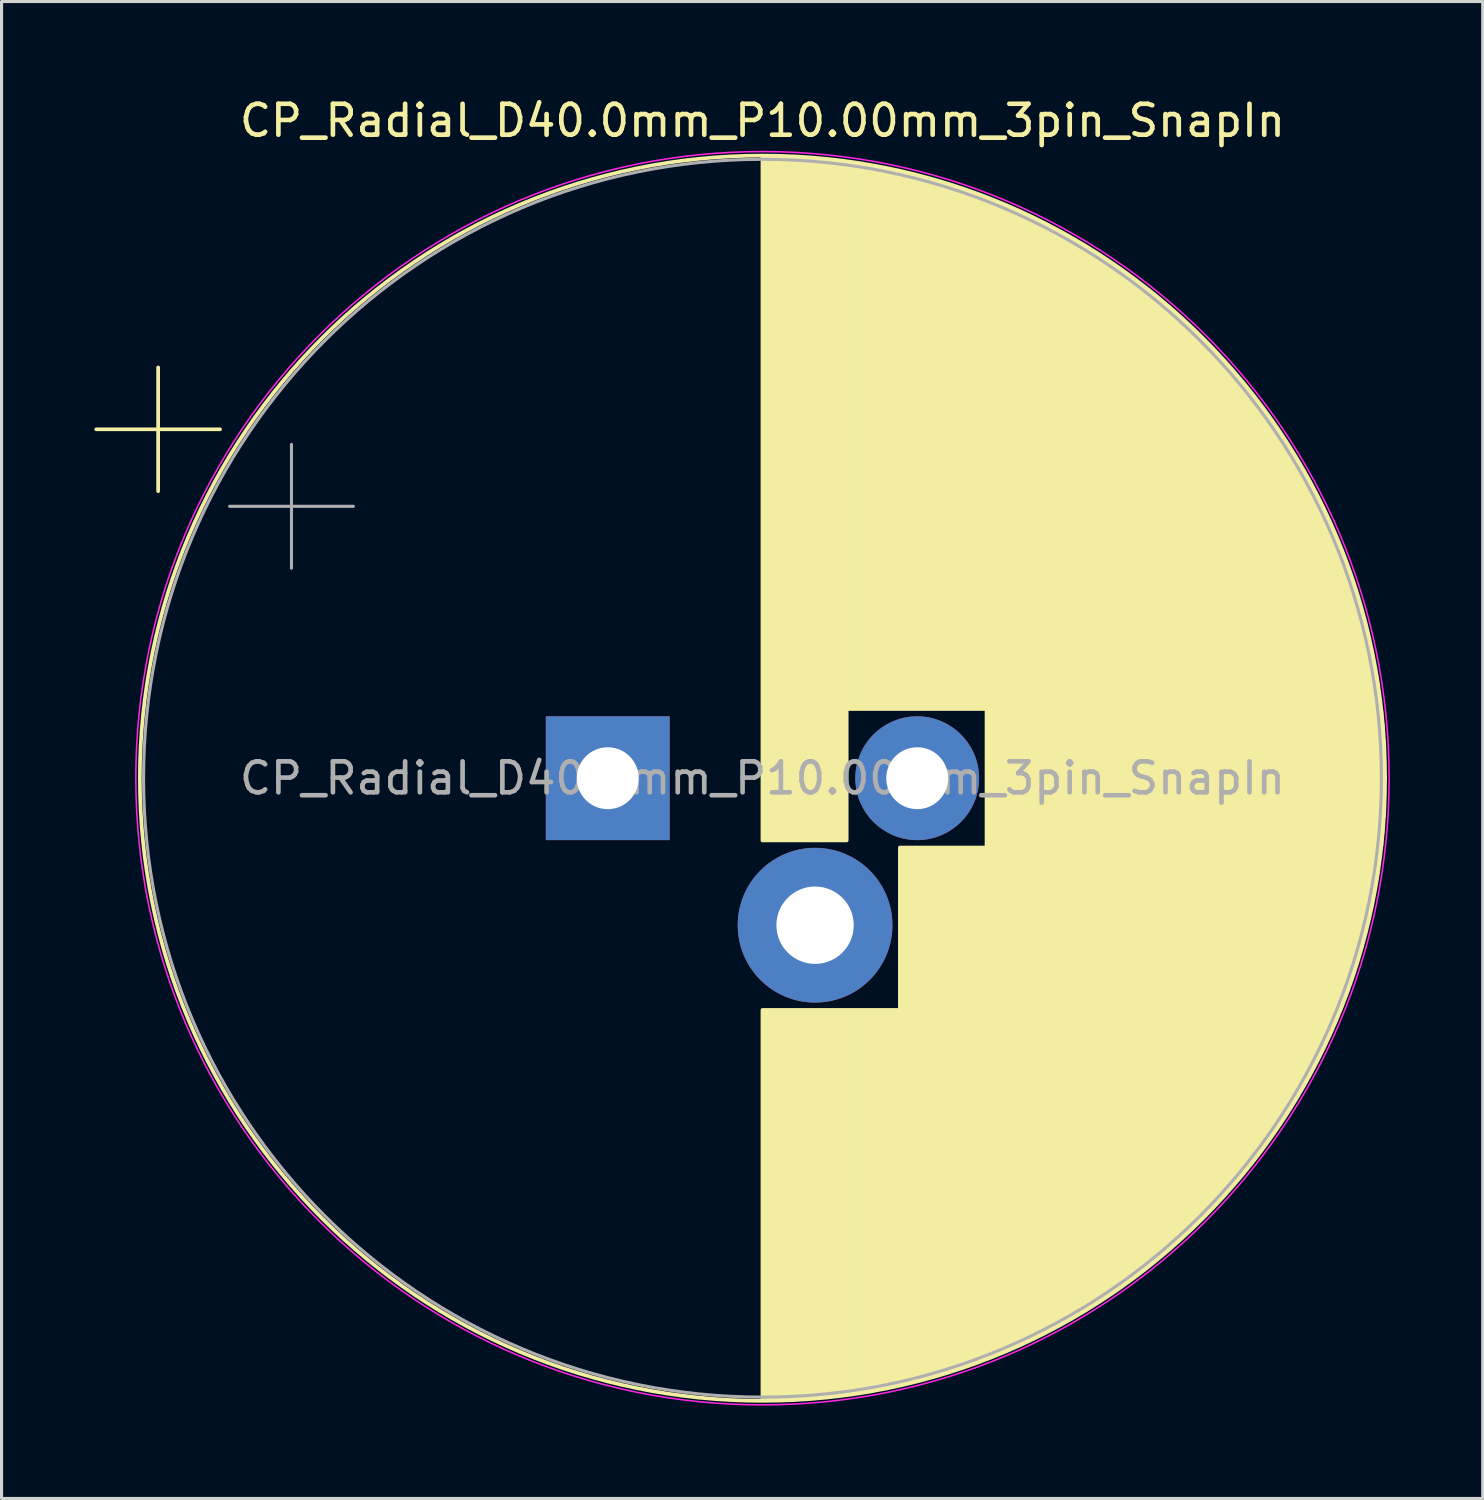
<source format=kicad_pcb>
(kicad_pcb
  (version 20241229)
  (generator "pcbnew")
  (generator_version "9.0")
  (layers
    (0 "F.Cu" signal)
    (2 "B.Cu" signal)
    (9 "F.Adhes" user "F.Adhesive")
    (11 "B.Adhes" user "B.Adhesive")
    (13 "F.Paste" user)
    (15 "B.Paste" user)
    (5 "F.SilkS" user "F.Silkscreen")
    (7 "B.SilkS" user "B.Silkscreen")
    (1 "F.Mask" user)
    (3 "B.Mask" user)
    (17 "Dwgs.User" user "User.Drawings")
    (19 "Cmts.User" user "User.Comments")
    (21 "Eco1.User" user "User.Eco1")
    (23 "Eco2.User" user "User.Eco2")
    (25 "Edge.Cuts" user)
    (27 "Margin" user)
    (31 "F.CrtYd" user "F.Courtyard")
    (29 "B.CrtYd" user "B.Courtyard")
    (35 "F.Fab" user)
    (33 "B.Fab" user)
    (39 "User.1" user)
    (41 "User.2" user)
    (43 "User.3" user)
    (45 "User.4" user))
  (footprint "CP_Radial_D40.0mm_P10.00mm_3pin_SnapIn"
    (layer "F.Cu")
    (at 16.589 22.098)
    (property "Reference" "CP_Radial_D40.0mm_P10.00mm_3pin_SnapIn" (at 5 -21.25 0) (layer "F.SilkS") (effects (font (size 1 1) (thickness 0.15))))
    (attr through_hole)
    (fp_line (start -16.529 -11.275) (end -12.529 -11.275) (stroke (width 0.12) (type solid)) (layer "F.SilkS"))
    (fp_line (start -14.529 -13.275) (end -14.529 -9.275) (stroke (width 0.12) (type solid)) (layer "F.SilkS"))
    (fp_line (start 5 -20.08) (end 5 2.01) (stroke (width 0.12) (type solid)) (layer "F.SilkS"))
    (fp_line (start 5 7.49) (end 5 20.08) (stroke (width 0.12) (type solid)) (layer "F.SilkS"))
    (fp_line (start 5.04 -20.08) (end 5.04 2.01) (stroke (width 0.12) (type solid)) (layer "F.SilkS"))
    (fp_line (start 5.04 7.49) (end 5.04 20.08) (stroke (width 0.12) (type solid)) (layer "F.SilkS"))
    (fp_line (start 5.08 -20.08) (end 5.08 2.01) (stroke (width 0.12) (type solid)) (layer "F.SilkS"))
    (fp_line (start 5.08 7.49) (end 5.08 20.08) (stroke (width 0.12) (type solid)) (layer "F.SilkS"))
    (fp_line (start 5.12 -20.08) (end 5.12 2.01) (stroke (width 0.12) (type solid)) (layer "F.SilkS"))
    (fp_line (start 5.12 7.49) (end 5.12 20.08) (stroke (width 0.12) (type solid)) (layer "F.SilkS"))
    (fp_line (start 5.16 -20.08) (end 5.16 2.01) (stroke (width 0.12) (type solid)) (layer "F.SilkS"))
    (fp_line (start 5.16 7.49) (end 5.16 20.08) (stroke (width 0.12) (type solid)) (layer "F.SilkS"))
    (fp_line (start 5.2 -20.08) (end 5.2 2.01) (stroke (width 0.12) (type solid)) (layer "F.SilkS"))
    (fp_line (start 5.2 7.49) (end 5.2 20.08) (stroke (width 0.12) (type solid)) (layer "F.SilkS"))
    (fp_line (start 5.24 -20.079) (end 5.24 2.01) (stroke (width 0.12) (type solid)) (layer "F.SilkS"))
    (fp_line (start 5.24 7.49) (end 5.24 20.079) (stroke (width 0.12) (type solid)) (layer "F.SilkS"))
    (fp_line (start 5.28 -20.079) (end 5.28 2.01) (stroke (width 0.12) (type solid)) (layer "F.SilkS"))
    (fp_line (start 5.28 7.49) (end 5.28 20.079) (stroke (width 0.12) (type solid)) (layer "F.SilkS"))
    (fp_line (start 5.32 -20.078) (end 5.32 2.01) (stroke (width 0.12) (type solid)) (layer "F.SilkS"))
    (fp_line (start 5.32 7.49) (end 5.32 20.078) (stroke (width 0.12) (type solid)) (layer "F.SilkS"))
    (fp_line (start 5.36 -20.077) (end 5.36 2.01) (stroke (width 0.12) (type solid)) (layer "F.SilkS"))
    (fp_line (start 5.36 7.49) (end 5.36 20.077) (stroke (width 0.12) (type solid)) (layer "F.SilkS"))
    (fp_line (start 5.4 -20.077) (end 5.4 2.01) (stroke (width 0.12) (type solid)) (layer "F.SilkS"))
    (fp_line (start 5.4 7.49) (end 5.4 20.077) (stroke (width 0.12) (type solid)) (layer "F.SilkS"))
    (fp_line (start 5.44 -20.076) (end 5.44 2.01) (stroke (width 0.12) (type solid)) (layer "F.SilkS"))
    (fp_line (start 5.44 7.49) (end 5.44 20.076) (stroke (width 0.12) (type solid)) (layer "F.SilkS"))
    (fp_line (start 5.48 -20.075) (end 5.48 2.01) (stroke (width 0.12) (type solid)) (layer "F.SilkS"))
    (fp_line (start 5.48 7.49) (end 5.48 20.075) (stroke (width 0.12) (type solid)) (layer "F.SilkS"))
    (fp_line (start 5.52 -20.074) (end 5.52 2.01) (stroke (width 0.12) (type solid)) (layer "F.SilkS"))
    (fp_line (start 5.52 7.49) (end 5.52 20.074) (stroke (width 0.12) (type solid)) (layer "F.SilkS"))
    (fp_line (start 5.56 -20.073) (end 5.56 2.01) (stroke (width 0.12) (type solid)) (layer "F.SilkS"))
    (fp_line (start 5.56 7.49) (end 5.56 20.073) (stroke (width 0.12) (type solid)) (layer "F.SilkS"))
    (fp_line (start 5.6 -20.072) (end 5.6 2.01) (stroke (width 0.12) (type solid)) (layer "F.SilkS"))
    (fp_line (start 5.6 7.49) (end 5.6 20.072) (stroke (width 0.12) (type solid)) (layer "F.SilkS"))
    (fp_line (start 5.64 -20.07) (end 5.64 2.01) (stroke (width 0.12) (type solid)) (layer "F.SilkS"))
    (fp_line (start 5.64 7.49) (end 5.64 20.07) (stroke (width 0.12) (type solid)) (layer "F.SilkS"))
    (fp_line (start 5.68 -20.069) (end 5.68 2.01) (stroke (width 0.12) (type solid)) (layer "F.SilkS"))
    (fp_line (start 5.68 7.49) (end 5.68 20.069) (stroke (width 0.12) (type solid)) (layer "F.SilkS"))
    (fp_line (start 5.721 -20.068) (end 5.721 2.01) (stroke (width 0.12) (type solid)) (layer "F.SilkS"))
    (fp_line (start 5.721 7.49) (end 5.721 20.068) (stroke (width 0.12) (type solid)) (layer "F.SilkS"))
    (fp_line (start 5.761 -20.066) (end 5.761 2.01) (stroke (width 0.12) (type solid)) (layer "F.SilkS"))
    (fp_line (start 5.761 7.49) (end 5.761 20.066) (stroke (width 0.12) (type solid)) (layer "F.SilkS"))
    (fp_line (start 5.801 -20.065) (end 5.801 2.01) (stroke (width 0.12) (type solid)) (layer "F.SilkS"))
    (fp_line (start 5.801 7.49) (end 5.801 20.065) (stroke (width 0.12) (type solid)) (layer "F.SilkS"))
    (fp_line (start 5.841 -20.063) (end 5.841 2.01) (stroke (width 0.12) (type solid)) (layer "F.SilkS"))
    (fp_line (start 5.841 7.49) (end 5.841 20.063) (stroke (width 0.12) (type solid)) (layer "F.SilkS"))
    (fp_line (start 5.881 -20.061) (end 5.881 2.01) (stroke (width 0.12) (type solid)) (layer "F.SilkS"))
    (fp_line (start 5.881 7.49) (end 5.881 20.061) (stroke (width 0.12) (type solid)) (layer "F.SilkS"))
    (fp_line (start 5.921 -20.059) (end 5.921 2.01) (stroke (width 0.12) (type solid)) (layer "F.SilkS"))
    (fp_line (start 5.921 7.49) (end 5.921 20.059) (stroke (width 0.12) (type solid)) (layer "F.SilkS"))
    (fp_line (start 5.961 -20.058) (end 5.961 2.01) (stroke (width 0.12) (type solid)) (layer "F.SilkS"))
    (fp_line (start 5.961 7.49) (end 5.961 20.058) (stroke (width 0.12) (type solid)) (layer "F.SilkS"))
    (fp_line (start 6.001 -20.056) (end 6.001 2.01) (stroke (width 0.12) (type solid)) (layer "F.SilkS"))
    (fp_line (start 6.001 7.49) (end 6.001 20.056) (stroke (width 0.12) (type solid)) (layer "F.SilkS"))
    (fp_line (start 6.041 -20.054) (end 6.041 2.01) (stroke (width 0.12) (type solid)) (layer "F.SilkS"))
    (fp_line (start 6.041 7.49) (end 6.041 20.054) (stroke (width 0.12) (type solid)) (layer "F.SilkS"))
    (fp_line (start 6.081 -20.051) (end 6.081 2.01) (stroke (width 0.12) (type solid)) (layer "F.SilkS"))
    (fp_line (start 6.081 7.49) (end 6.081 20.051) (stroke (width 0.12) (type solid)) (layer "F.SilkS"))
    (fp_line (start 6.121 -20.049) (end 6.121 2.01) (stroke (width 0.12) (type solid)) (layer "F.SilkS"))
    (fp_line (start 6.121 7.49) (end 6.121 20.049) (stroke (width 0.12) (type solid)) (layer "F.SilkS"))
    (fp_line (start 6.161 -20.047) (end 6.161 2.01) (stroke (width 0.12) (type solid)) (layer "F.SilkS"))
    (fp_line (start 6.161 7.49) (end 6.161 20.047) (stroke (width 0.12) (type solid)) (layer "F.SilkS"))
    (fp_line (start 6.201 -20.045) (end 6.201 2.01) (stroke (width 0.12) (type solid)) (layer "F.SilkS"))
    (fp_line (start 6.201 7.49) (end 6.201 20.045) (stroke (width 0.12) (type solid)) (layer "F.SilkS"))
    (fp_line (start 6.241 -20.042) (end 6.241 2.01) (stroke (width 0.12) (type solid)) (layer "F.SilkS"))
    (fp_line (start 6.241 7.49) (end 6.241 20.042) (stroke (width 0.12) (type solid)) (layer "F.SilkS"))
    (fp_line (start 6.281 -20.04) (end 6.281 2.01) (stroke (width 0.12) (type solid)) (layer "F.SilkS"))
    (fp_line (start 6.281 7.49) (end 6.281 20.04) (stroke (width 0.12) (type solid)) (layer "F.SilkS"))
    (fp_line (start 6.321 -20.037) (end 6.321 2.01) (stroke (width 0.12) (type solid)) (layer "F.SilkS"))
    (fp_line (start 6.321 7.49) (end 6.321 20.037) (stroke (width 0.12) (type solid)) (layer "F.SilkS"))
    (fp_line (start 6.361 -20.034) (end 6.361 2.01) (stroke (width 0.12) (type solid)) (layer "F.SilkS"))
    (fp_line (start 6.361 7.49) (end 6.361 20.034) (stroke (width 0.12) (type solid)) (layer "F.SilkS"))
    (fp_line (start 6.401 -20.032) (end 6.401 2.01) (stroke (width 0.12) (type solid)) (layer "F.SilkS"))
    (fp_line (start 6.401 7.49) (end 6.401 20.032) (stroke (width 0.12) (type solid)) (layer "F.SilkS"))
    (fp_line (start 6.441 -20.029) (end 6.441 2.01) (stroke (width 0.12) (type solid)) (layer "F.SilkS"))
    (fp_line (start 6.441 7.49) (end 6.441 20.029) (stroke (width 0.12) (type solid)) (layer "F.SilkS"))
    (fp_line (start 6.481 -20.026) (end 6.481 2.01) (stroke (width 0.12) (type solid)) (layer "F.SilkS"))
    (fp_line (start 6.481 7.49) (end 6.481 20.026) (stroke (width 0.12) (type solid)) (layer "F.SilkS"))
    (fp_line (start 6.521 -20.023) (end 6.521 2.01) (stroke (width 0.12) (type solid)) (layer "F.SilkS"))
    (fp_line (start 6.521 7.49) (end 6.521 20.023) (stroke (width 0.12) (type solid)) (layer "F.SilkS"))
    (fp_line (start 6.561 -20.02) (end 6.561 2.01) (stroke (width 0.12) (type solid)) (layer "F.SilkS"))
    (fp_line (start 6.561 7.49) (end 6.561 20.02) (stroke (width 0.12) (type solid)) (layer "F.SilkS"))
    (fp_line (start 6.601 -20.017) (end 6.601 2.01) (stroke (width 0.12) (type solid)) (layer "F.SilkS"))
    (fp_line (start 6.601 7.49) (end 6.601 20.017) (stroke (width 0.12) (type solid)) (layer "F.SilkS"))
    (fp_line (start 6.641 -20.014) (end 6.641 2.01) (stroke (width 0.12) (type solid)) (layer "F.SilkS"))
    (fp_line (start 6.641 7.49) (end 6.641 20.014) (stroke (width 0.12) (type solid)) (layer "F.SilkS"))
    (fp_line (start 6.681 -20.01) (end 6.681 2.01) (stroke (width 0.12) (type solid)) (layer "F.SilkS"))
    (fp_line (start 6.681 7.49) (end 6.681 20.01) (stroke (width 0.12) (type solid)) (layer "F.SilkS"))
    (fp_line (start 6.721 -20.007) (end 6.721 2.01) (stroke (width 0.12) (type solid)) (layer "F.SilkS"))
    (fp_line (start 6.721 7.49) (end 6.721 20.007) (stroke (width 0.12) (type solid)) (layer "F.SilkS"))
    (fp_line (start 6.761 -20.003) (end 6.761 2.01) (stroke (width 0.12) (type solid)) (layer "F.SilkS"))
    (fp_line (start 6.761 7.49) (end 6.761 20.003) (stroke (width 0.12) (type solid)) (layer "F.SilkS"))
    (fp_line (start 6.801 -20) (end 6.801 2.01) (stroke (width 0.12) (type solid)) (layer "F.SilkS"))
    (fp_line (start 6.801 7.49) (end 6.801 20) (stroke (width 0.12) (type solid)) (layer "F.SilkS"))
    (fp_line (start 6.841 -19.996) (end 6.841 2.01) (stroke (width 0.12) (type solid)) (layer "F.SilkS"))
    (fp_line (start 6.841 7.49) (end 6.841 19.996) (stroke (width 0.12) (type solid)) (layer "F.SilkS"))
    (fp_line (start 6.881 -19.992) (end 6.881 2.01) (stroke (width 0.12) (type solid)) (layer "F.SilkS"))
    (fp_line (start 6.881 7.49) (end 6.881 19.992) (stroke (width 0.12) (type solid)) (layer "F.SilkS"))
    (fp_line (start 6.921 -19.989) (end 6.921 2.01) (stroke (width 0.12) (type solid)) (layer "F.SilkS"))
    (fp_line (start 6.921 7.49) (end 6.921 19.989) (stroke (width 0.12) (type solid)) (layer "F.SilkS"))
    (fp_line (start 6.961 -19.985) (end 6.961 2.01) (stroke (width 0.12) (type solid)) (layer "F.SilkS"))
    (fp_line (start 6.961 7.49) (end 6.961 19.985) (stroke (width 0.12) (type solid)) (layer "F.SilkS"))
    (fp_line (start 7.001 -19.981) (end 7.001 2.01) (stroke (width 0.12) (type solid)) (layer "F.SilkS"))
    (fp_line (start 7.001 7.49) (end 7.001 19.981) (stroke (width 0.12) (type solid)) (layer "F.SilkS"))
    (fp_line (start 7.041 -19.977) (end 7.041 2.01) (stroke (width 0.12) (type solid)) (layer "F.SilkS"))
    (fp_line (start 7.041 7.49) (end 7.041 19.977) (stroke (width 0.12) (type solid)) (layer "F.SilkS"))
    (fp_line (start 7.081 -19.973) (end 7.081 2.01) (stroke (width 0.12) (type solid)) (layer "F.SilkS"))
    (fp_line (start 7.081 7.49) (end 7.081 19.973) (stroke (width 0.12) (type solid)) (layer "F.SilkS"))
    (fp_line (start 7.121 -19.968) (end 7.121 2.01) (stroke (width 0.12) (type solid)) (layer "F.SilkS"))
    (fp_line (start 7.121 7.49) (end 7.121 19.968) (stroke (width 0.12) (type solid)) (layer "F.SilkS"))
    (fp_line (start 7.161 -19.964) (end 7.161 2.01) (stroke (width 0.12) (type solid)) (layer "F.SilkS"))
    (fp_line (start 7.161 7.49) (end 7.161 19.964) (stroke (width 0.12) (type solid)) (layer "F.SilkS"))
    (fp_line (start 7.201 -19.96) (end 7.201 2.01) (stroke (width 0.12) (type solid)) (layer "F.SilkS"))
    (fp_line (start 7.201 7.49) (end 7.201 19.96) (stroke (width 0.12) (type solid)) (layer "F.SilkS"))
    (fp_line (start 7.241 -19.955) (end 7.241 2.01) (stroke (width 0.12) (type solid)) (layer "F.SilkS"))
    (fp_line (start 7.241 7.49) (end 7.241 19.955) (stroke (width 0.12) (type solid)) (layer "F.SilkS"))
    (fp_line (start 7.281 -19.951) (end 7.281 2.01) (stroke (width 0.12) (type solid)) (layer "F.SilkS"))
    (fp_line (start 7.281 7.49) (end 7.281 19.951) (stroke (width 0.12) (type solid)) (layer "F.SilkS"))
    (fp_line (start 7.321 -19.946) (end 7.321 2.01) (stroke (width 0.12) (type solid)) (layer "F.SilkS"))
    (fp_line (start 7.321 7.49) (end 7.321 19.946) (stroke (width 0.12) (type solid)) (layer "F.SilkS"))
    (fp_line (start 7.361 -19.942) (end 7.361 2.01) (stroke (width 0.12) (type solid)) (layer "F.SilkS"))
    (fp_line (start 7.361 7.49) (end 7.361 19.942) (stroke (width 0.12) (type solid)) (layer "F.SilkS"))
    (fp_line (start 7.401 -19.937) (end 7.401 2.01) (stroke (width 0.12) (type solid)) (layer "F.SilkS"))
    (fp_line (start 7.401 7.49) (end 7.401 19.937) (stroke (width 0.12) (type solid)) (layer "F.SilkS"))
    (fp_line (start 7.441 -19.932) (end 7.441 2.01) (stroke (width 0.12) (type solid)) (layer "F.SilkS"))
    (fp_line (start 7.441 7.49) (end 7.441 19.932) (stroke (width 0.12) (type solid)) (layer "F.SilkS"))
    (fp_line (start 7.481 -19.927) (end 7.481 2.01) (stroke (width 0.12) (type solid)) (layer "F.SilkS"))
    (fp_line (start 7.481 7.49) (end 7.481 19.927) (stroke (width 0.12) (type solid)) (layer "F.SilkS"))
    (fp_line (start 7.521 -19.922) (end 7.521 2.01) (stroke (width 0.12) (type solid)) (layer "F.SilkS"))
    (fp_line (start 7.521 7.49) (end 7.521 19.922) (stroke (width 0.12) (type solid)) (layer "F.SilkS"))
    (fp_line (start 7.561 -19.917) (end 7.561 2.01) (stroke (width 0.12) (type solid)) (layer "F.SilkS"))
    (fp_line (start 7.561 7.49) (end 7.561 19.917) (stroke (width 0.12) (type solid)) (layer "F.SilkS"))
    (fp_line (start 7.601 -19.912) (end 7.601 2.01) (stroke (width 0.12) (type solid)) (layer "F.SilkS"))
    (fp_line (start 7.601 7.49) (end 7.601 19.912) (stroke (width 0.12) (type solid)) (layer "F.SilkS"))
    (fp_line (start 7.641 -19.907) (end 7.641 2.01) (stroke (width 0.12) (type solid)) (layer "F.SilkS"))
    (fp_line (start 7.641 7.49) (end 7.641 19.907) (stroke (width 0.12) (type solid)) (layer "F.SilkS"))
    (fp_line (start 7.681 -19.901) (end 7.681 2.01) (stroke (width 0.12) (type solid)) (layer "F.SilkS"))
    (fp_line (start 7.681 7.49) (end 7.681 19.901) (stroke (width 0.12) (type solid)) (layer "F.SilkS"))
    (fp_line (start 7.721 -19.896) (end 7.721 2.01) (stroke (width 0.12) (type solid)) (layer "F.SilkS"))
    (fp_line (start 7.721 7.49) (end 7.721 19.896) (stroke (width 0.12) (type solid)) (layer "F.SilkS"))
    (fp_line (start 7.761 -19.89) (end 7.761 -2.24) (stroke (width 0.12) (type solid)) (layer "F.SilkS"))
    (fp_line (start 7.761 7.49) (end 7.761 19.89) (stroke (width 0.12) (type solid)) (layer "F.SilkS"))
    (fp_line (start 7.801 -19.885) (end 7.801 -2.24) (stroke (width 0.12) (type solid)) (layer "F.SilkS"))
    (fp_line (start 7.801 7.49) (end 7.801 19.885) (stroke (width 0.12) (type solid)) (layer "F.SilkS"))
    (fp_line (start 7.841 -19.879) (end 7.841 -2.24) (stroke (width 0.12) (type solid)) (layer "F.SilkS"))
    (fp_line (start 7.841 7.49) (end 7.841 19.879) (stroke (width 0.12) (type solid)) (layer "F.SilkS"))
    (fp_line (start 7.881 -19.873) (end 7.881 -2.24) (stroke (width 0.12) (type solid)) (layer "F.SilkS"))
    (fp_line (start 7.881 7.49) (end 7.881 19.873) (stroke (width 0.12) (type solid)) (layer "F.SilkS"))
    (fp_line (start 7.921 -19.867) (end 7.921 -2.24) (stroke (width 0.12) (type solid)) (layer "F.SilkS"))
    (fp_line (start 7.921 7.49) (end 7.921 19.867) (stroke (width 0.12) (type solid)) (layer "F.SilkS"))
    (fp_line (start 7.961 -19.862) (end 7.961 -2.24) (stroke (width 0.12) (type solid)) (layer "F.SilkS"))
    (fp_line (start 7.961 7.49) (end 7.961 19.862) (stroke (width 0.12) (type solid)) (layer "F.SilkS"))
    (fp_line (start 8.001 -19.856) (end 8.001 -2.24) (stroke (width 0.12) (type solid)) (layer "F.SilkS"))
    (fp_line (start 8.001 7.49) (end 8.001 19.856) (stroke (width 0.12) (type solid)) (layer "F.SilkS"))
    (fp_line (start 8.041 -19.85) (end 8.041 -2.24) (stroke (width 0.12) (type solid)) (layer "F.SilkS"))
    (fp_line (start 8.041 7.49) (end 8.041 19.85) (stroke (width 0.12) (type solid)) (layer "F.SilkS"))
    (fp_line (start 8.081 -19.843) (end 8.081 -2.24) (stroke (width 0.12) (type solid)) (layer "F.SilkS"))
    (fp_line (start 8.081 7.49) (end 8.081 19.843) (stroke (width 0.12) (type solid)) (layer "F.SilkS"))
    (fp_line (start 8.121 -19.837) (end 8.121 -2.24) (stroke (width 0.12) (type solid)) (layer "F.SilkS"))
    (fp_line (start 8.121 7.49) (end 8.121 19.837) (stroke (width 0.12) (type solid)) (layer "F.SilkS"))
    (fp_line (start 8.161 -19.831) (end 8.161 -2.24) (stroke (width 0.12) (type solid)) (layer "F.SilkS"))
    (fp_line (start 8.161 7.49) (end 8.161 19.831) (stroke (width 0.12) (type solid)) (layer "F.SilkS"))
    (fp_line (start 8.201 -19.824) (end 8.201 -2.24) (stroke (width 0.12) (type solid)) (layer "F.SilkS"))
    (fp_line (start 8.201 7.49) (end 8.201 19.824) (stroke (width 0.12) (type solid)) (layer "F.SilkS"))
    (fp_line (start 8.241 -19.818) (end 8.241 -2.24) (stroke (width 0.12) (type solid)) (layer "F.SilkS"))
    (fp_line (start 8.241 7.49) (end 8.241 19.818) (stroke (width 0.12) (type solid)) (layer "F.SilkS"))
    (fp_line (start 8.281 -19.811) (end 8.281 -2.24) (stroke (width 0.12) (type solid)) (layer "F.SilkS"))
    (fp_line (start 8.281 7.49) (end 8.281 19.811) (stroke (width 0.12) (type solid)) (layer "F.SilkS"))
    (fp_line (start 8.321 -19.805) (end 8.321 -2.24) (stroke (width 0.12) (type solid)) (layer "F.SilkS"))
    (fp_line (start 8.321 7.49) (end 8.321 19.805) (stroke (width 0.12) (type solid)) (layer "F.SilkS"))
    (fp_line (start 8.361 -19.798) (end 8.361 -2.24) (stroke (width 0.12) (type solid)) (layer "F.SilkS"))
    (fp_line (start 8.361 7.49) (end 8.361 19.798) (stroke (width 0.12) (type solid)) (layer "F.SilkS"))
    (fp_line (start 8.401 -19.791) (end 8.401 -2.24) (stroke (width 0.12) (type solid)) (layer "F.SilkS"))
    (fp_line (start 8.401 7.49) (end 8.401 19.791) (stroke (width 0.12) (type solid)) (layer "F.SilkS"))
    (fp_line (start 8.441 -19.784) (end 8.441 -2.24) (stroke (width 0.12) (type solid)) (layer "F.SilkS"))
    (fp_line (start 8.441 7.49) (end 8.441 19.784) (stroke (width 0.12) (type solid)) (layer "F.SilkS"))
    (fp_line (start 8.481 -19.777) (end 8.481 -2.24) (stroke (width 0.12) (type solid)) (layer "F.SilkS"))
    (fp_line (start 8.481 7.49) (end 8.481 19.777) (stroke (width 0.12) (type solid)) (layer "F.SilkS"))
    (fp_line (start 8.521 -19.77) (end 8.521 -2.24) (stroke (width 0.12) (type solid)) (layer "F.SilkS"))
    (fp_line (start 8.521 7.49) (end 8.521 19.77) (stroke (width 0.12) (type solid)) (layer "F.SilkS"))
    (fp_line (start 8.561 -19.763) (end 8.561 -2.24) (stroke (width 0.12) (type solid)) (layer "F.SilkS"))
    (fp_line (start 8.561 7.49) (end 8.561 19.763) (stroke (width 0.12) (type solid)) (layer "F.SilkS"))
    (fp_line (start 8.601 -19.756) (end 8.601 -2.24) (stroke (width 0.12) (type solid)) (layer "F.SilkS"))
    (fp_line (start 8.601 7.49) (end 8.601 19.756) (stroke (width 0.12) (type solid)) (layer "F.SilkS"))
    (fp_line (start 8.641 -19.748) (end 8.641 -2.24) (stroke (width 0.12) (type solid)) (layer "F.SilkS"))
    (fp_line (start 8.641 7.49) (end 8.641 19.748) (stroke (width 0.12) (type solid)) (layer "F.SilkS"))
    (fp_line (start 8.681 -19.741) (end 8.681 -2.24) (stroke (width 0.12) (type solid)) (layer "F.SilkS"))
    (fp_line (start 8.681 7.49) (end 8.681 19.741) (stroke (width 0.12) (type solid)) (layer "F.SilkS"))
    (fp_line (start 8.721 -19.734) (end 8.721 -2.24) (stroke (width 0.12) (type solid)) (layer "F.SilkS"))
    (fp_line (start 8.721 7.49) (end 8.721 19.734) (stroke (width 0.12) (type solid)) (layer "F.SilkS"))
    (fp_line (start 8.761 -19.726) (end 8.761 -2.24) (stroke (width 0.12) (type solid)) (layer "F.SilkS"))
    (fp_line (start 8.761 7.49) (end 8.761 19.726) (stroke (width 0.12) (type solid)) (layer "F.SilkS"))
    (fp_line (start 8.801 -19.718) (end 8.801 -2.24) (stroke (width 0.12) (type solid)) (layer "F.SilkS"))
    (fp_line (start 8.801 7.49) (end 8.801 19.718) (stroke (width 0.12) (type solid)) (layer "F.SilkS"))
    (fp_line (start 8.841 -19.711) (end 8.841 -2.24) (stroke (width 0.12) (type solid)) (layer "F.SilkS"))
    (fp_line (start 8.841 7.49) (end 8.841 19.711) (stroke (width 0.12) (type solid)) (layer "F.SilkS"))
    (fp_line (start 8.881 -19.703) (end 8.881 -2.24) (stroke (width 0.12) (type solid)) (layer "F.SilkS"))
    (fp_line (start 8.881 7.49) (end 8.881 19.703) (stroke (width 0.12) (type solid)) (layer "F.SilkS"))
    (fp_line (start 8.921 -19.695) (end 8.921 -2.24) (stroke (width 0.12) (type solid)) (layer "F.SilkS"))
    (fp_line (start 8.921 7.49) (end 8.921 19.695) (stroke (width 0.12) (type solid)) (layer "F.SilkS"))
    (fp_line (start 8.961 -19.687) (end 8.961 -2.24) (stroke (width 0.12) (type solid)) (layer "F.SilkS"))
    (fp_line (start 8.961 7.49) (end 8.961 19.687) (stroke (width 0.12) (type solid)) (layer "F.SilkS"))
    (fp_line (start 9.001 -19.679) (end 9.001 -2.24) (stroke (width 0.12) (type solid)) (layer "F.SilkS"))
    (fp_line (start 9.001 7.49) (end 9.001 19.679) (stroke (width 0.12) (type solid)) (layer "F.SilkS"))
    (fp_line (start 9.041 -19.671) (end 9.041 -2.24) (stroke (width 0.12) (type solid)) (layer "F.SilkS"))
    (fp_line (start 9.041 7.49) (end 9.041 19.671) (stroke (width 0.12) (type solid)) (layer "F.SilkS"))
    (fp_line (start 9.081 -19.662) (end 9.081 -2.24) (stroke (width 0.12) (type solid)) (layer "F.SilkS"))
    (fp_line (start 9.081 7.49) (end 9.081 19.662) (stroke (width 0.12) (type solid)) (layer "F.SilkS"))
    (fp_line (start 9.121 -19.654) (end 9.121 -2.24) (stroke (width 0.12) (type solid)) (layer "F.SilkS"))
    (fp_line (start 9.121 7.49) (end 9.121 19.654) (stroke (width 0.12) (type solid)) (layer "F.SilkS"))
    (fp_line (start 9.161 -19.646) (end 9.161 -2.24) (stroke (width 0.12) (type solid)) (layer "F.SilkS"))
    (fp_line (start 9.161 7.49) (end 9.161 19.646) (stroke (width 0.12) (type solid)) (layer "F.SilkS"))
    (fp_line (start 9.201 -19.637) (end 9.201 -2.24) (stroke (width 0.12) (type solid)) (layer "F.SilkS"))
    (fp_line (start 9.201 7.49) (end 9.201 19.637) (stroke (width 0.12) (type solid)) (layer "F.SilkS"))
    (fp_line (start 9.241 -19.629) (end 9.241 -2.24) (stroke (width 0.12) (type solid)) (layer "F.SilkS"))
    (fp_line (start 9.241 7.49) (end 9.241 19.629) (stroke (width 0.12) (type solid)) (layer "F.SilkS"))
    (fp_line (start 9.281 -19.62) (end 9.281 -2.24) (stroke (width 0.12) (type solid)) (layer "F.SilkS"))
    (fp_line (start 9.281 7.49) (end 9.281 19.62) (stroke (width 0.12) (type solid)) (layer "F.SilkS"))
    (fp_line (start 9.321 -19.611) (end 9.321 -2.24) (stroke (width 0.12) (type solid)) (layer "F.SilkS"))
    (fp_line (start 9.321 7.49) (end 9.321 19.611) (stroke (width 0.12) (type solid)) (layer "F.SilkS"))
    (fp_line (start 9.361 -19.602) (end 9.361 -2.24) (stroke (width 0.12) (type solid)) (layer "F.SilkS"))
    (fp_line (start 9.361 7.49) (end 9.361 19.602) (stroke (width 0.12) (type solid)) (layer "F.SilkS"))
    (fp_line (start 9.401 -19.593) (end 9.401 -2.24) (stroke (width 0.12) (type solid)) (layer "F.SilkS"))
    (fp_line (start 9.401 7.49) (end 9.401 19.593) (stroke (width 0.12) (type solid)) (layer "F.SilkS"))
    (fp_line (start 9.441 -19.584) (end 9.441 -2.24) (stroke (width 0.12) (type solid)) (layer "F.SilkS"))
    (fp_line (start 9.441 2.24) (end 9.441 19.584) (stroke (width 0.12) (type solid)) (layer "F.SilkS"))
    (fp_line (start 9.481 -19.575) (end 9.481 -2.24) (stroke (width 0.12) (type solid)) (layer "F.SilkS"))
    (fp_line (start 9.481 2.24) (end 9.481 19.575) (stroke (width 0.12) (type solid)) (layer "F.SilkS"))
    (fp_line (start 9.521 -19.566) (end 9.521 -2.24) (stroke (width 0.12) (type solid)) (layer "F.SilkS"))
    (fp_line (start 9.521 2.24) (end 9.521 19.566) (stroke (width 0.12) (type solid)) (layer "F.SilkS"))
    (fp_line (start 9.561 -19.557) (end 9.561 -2.24) (stroke (width 0.12) (type solid)) (layer "F.SilkS"))
    (fp_line (start 9.561 2.24) (end 9.561 19.557) (stroke (width 0.12) (type solid)) (layer "F.SilkS"))
    (fp_line (start 9.601 -19.548) (end 9.601 -2.24) (stroke (width 0.12) (type solid)) (layer "F.SilkS"))
    (fp_line (start 9.601 2.24) (end 9.601 19.548) (stroke (width 0.12) (type solid)) (layer "F.SilkS"))
    (fp_line (start 9.641 -19.538) (end 9.641 -2.24) (stroke (width 0.12) (type solid)) (layer "F.SilkS"))
    (fp_line (start 9.641 2.24) (end 9.641 19.538) (stroke (width 0.12) (type solid)) (layer "F.SilkS"))
    (fp_line (start 9.681 -19.529) (end 9.681 -2.24) (stroke (width 0.12) (type solid)) (layer "F.SilkS"))
    (fp_line (start 9.681 2.24) (end 9.681 19.529) (stroke (width 0.12) (type solid)) (layer "F.SilkS"))
    (fp_line (start 9.721 -19.519) (end 9.721 -2.24) (stroke (width 0.12) (type solid)) (layer "F.SilkS"))
    (fp_line (start 9.721 2.24) (end 9.721 19.519) (stroke (width 0.12) (type solid)) (layer "F.SilkS"))
    (fp_line (start 9.761 -19.509) (end 9.761 -2.24) (stroke (width 0.12) (type solid)) (layer "F.SilkS"))
    (fp_line (start 9.761 2.24) (end 9.761 19.509) (stroke (width 0.12) (type solid)) (layer "F.SilkS"))
    (fp_line (start 9.801 -19.5) (end 9.801 -2.24) (stroke (width 0.12) (type solid)) (layer "F.SilkS"))
    (fp_line (start 9.801 2.24) (end 9.801 19.5) (stroke (width 0.12) (type solid)) (layer "F.SilkS"))
    (fp_line (start 9.841 -19.49) (end 9.841 -2.24) (stroke (width 0.12) (type solid)) (layer "F.SilkS"))
    (fp_line (start 9.841 2.24) (end 9.841 19.49) (stroke (width 0.12) (type solid)) (layer "F.SilkS"))
    (fp_line (start 9.881 -19.48) (end 9.881 -2.24) (stroke (width 0.12) (type solid)) (layer "F.SilkS"))
    (fp_line (start 9.881 2.24) (end 9.881 19.48) (stroke (width 0.12) (type solid)) (layer "F.SilkS"))
    (fp_line (start 9.921 -19.47) (end 9.921 -2.24) (stroke (width 0.12) (type solid)) (layer "F.SilkS"))
    (fp_line (start 9.921 2.24) (end 9.921 19.47) (stroke (width 0.12) (type solid)) (layer "F.SilkS"))
    (fp_line (start 9.961 -19.46) (end 9.961 -2.24) (stroke (width 0.12) (type solid)) (layer "F.SilkS"))
    (fp_line (start 9.961 2.24) (end 9.961 19.46) (stroke (width 0.12) (type solid)) (layer "F.SilkS"))
    (fp_line (start 10.001 -19.449) (end 10.001 -2.24) (stroke (width 0.12) (type solid)) (layer "F.SilkS"))
    (fp_line (start 10.001 2.24) (end 10.001 19.449) (stroke (width 0.12) (type solid)) (layer "F.SilkS"))
    (fp_line (start 10.041 -19.439) (end 10.041 -2.24) (stroke (width 0.12) (type solid)) (layer "F.SilkS"))
    (fp_line (start 10.041 2.24) (end 10.041 19.439) (stroke (width 0.12) (type solid)) (layer "F.SilkS"))
    (fp_line (start 10.081 -19.429) (end 10.081 -2.24) (stroke (width 0.12) (type solid)) (layer "F.SilkS"))
    (fp_line (start 10.081 2.24) (end 10.081 19.429) (stroke (width 0.12) (type solid)) (layer "F.SilkS"))
    (fp_line (start 10.121 -19.418) (end 10.121 -2.24) (stroke (width 0.12) (type solid)) (layer "F.SilkS"))
    (fp_line (start 10.121 2.24) (end 10.121 19.418) (stroke (width 0.12) (type solid)) (layer "F.SilkS"))
    (fp_line (start 10.161 -19.408) (end 10.161 -2.24) (stroke (width 0.12) (type solid)) (layer "F.SilkS"))
    (fp_line (start 10.161 2.24) (end 10.161 19.408) (stroke (width 0.12) (type solid)) (layer "F.SilkS"))
    (fp_line (start 10.201 -19.397) (end 10.201 -2.24) (stroke (width 0.12) (type solid)) (layer "F.SilkS"))
    (fp_line (start 10.201 2.24) (end 10.201 19.397) (stroke (width 0.12) (type solid)) (layer "F.SilkS"))
    (fp_line (start 10.241 -19.386) (end 10.241 -2.24) (stroke (width 0.12) (type solid)) (layer "F.SilkS"))
    (fp_line (start 10.241 2.24) (end 10.241 19.386) (stroke (width 0.12) (type solid)) (layer "F.SilkS"))
    (fp_line (start 10.281 -19.375) (end 10.281 -2.24) (stroke (width 0.12) (type solid)) (layer "F.SilkS"))
    (fp_line (start 10.281 2.24) (end 10.281 19.375) (stroke (width 0.12) (type solid)) (layer "F.SilkS"))
    (fp_line (start 10.321 -19.364) (end 10.321 -2.24) (stroke (width 0.12) (type solid)) (layer "F.SilkS"))
    (fp_line (start 10.321 2.24) (end 10.321 19.364) (stroke (width 0.12) (type solid)) (layer "F.SilkS"))
    (fp_line (start 10.361 -19.353) (end 10.361 -2.24) (stroke (width 0.12) (type solid)) (layer "F.SilkS"))
    (fp_line (start 10.361 2.24) (end 10.361 19.353) (stroke (width 0.12) (type solid)) (layer "F.SilkS"))
    (fp_line (start 10.401 -19.342) (end 10.401 -2.24) (stroke (width 0.12) (type solid)) (layer "F.SilkS"))
    (fp_line (start 10.401 2.24) (end 10.401 19.342) (stroke (width 0.12) (type solid)) (layer "F.SilkS"))
    (fp_line (start 10.441 -19.331) (end 10.441 -2.24) (stroke (width 0.12) (type solid)) (layer "F.SilkS"))
    (fp_line (start 10.441 2.24) (end 10.441 19.331) (stroke (width 0.12) (type solid)) (layer "F.SilkS"))
    (fp_line (start 10.481 -19.32) (end 10.481 -2.24) (stroke (width 0.12) (type solid)) (layer "F.SilkS"))
    (fp_line (start 10.481 2.24) (end 10.481 19.32) (stroke (width 0.12) (type solid)) (layer "F.SilkS"))
    (fp_line (start 10.521 -19.308) (end 10.521 -2.24) (stroke (width 0.12) (type solid)) (layer "F.SilkS"))
    (fp_line (start 10.521 2.24) (end 10.521 19.308) (stroke (width 0.12) (type solid)) (layer "F.SilkS"))
    (fp_line (start 10.561 -19.297) (end 10.561 -2.24) (stroke (width 0.12) (type solid)) (layer "F.SilkS"))
    (fp_line (start 10.561 2.24) (end 10.561 19.297) (stroke (width 0.12) (type solid)) (layer "F.SilkS"))
    (fp_line (start 10.601 -19.285) (end 10.601 -2.24) (stroke (width 0.12) (type solid)) (layer "F.SilkS"))
    (fp_line (start 10.601 2.24) (end 10.601 19.285) (stroke (width 0.12) (type solid)) (layer "F.SilkS"))
    (fp_line (start 10.641 -19.274) (end 10.641 -2.24) (stroke (width 0.12) (type solid)) (layer "F.SilkS"))
    (fp_line (start 10.641 2.24) (end 10.641 19.274) (stroke (width 0.12) (type solid)) (layer "F.SilkS"))
    (fp_line (start 10.681 -19.262) (end 10.681 -2.24) (stroke (width 0.12) (type solid)) (layer "F.SilkS"))
    (fp_line (start 10.681 2.24) (end 10.681 19.262) (stroke (width 0.12) (type solid)) (layer "F.SilkS"))
    (fp_line (start 10.721 -19.25) (end 10.721 -2.24) (stroke (width 0.12) (type solid)) (layer "F.SilkS"))
    (fp_line (start 10.721 2.24) (end 10.721 19.25) (stroke (width 0.12) (type solid)) (layer "F.SilkS"))
    (fp_line (start 10.761 -19.238) (end 10.761 -2.24) (stroke (width 0.12) (type solid)) (layer "F.SilkS"))
    (fp_line (start 10.761 2.24) (end 10.761 19.238) (stroke (width 0.12) (type solid)) (layer "F.SilkS"))
    (fp_line (start 10.801 -19.226) (end 10.801 -2.24) (stroke (width 0.12) (type solid)) (layer "F.SilkS"))
    (fp_line (start 10.801 2.24) (end 10.801 19.226) (stroke (width 0.12) (type solid)) (layer "F.SilkS"))
    (fp_line (start 10.841 -19.214) (end 10.841 -2.24) (stroke (width 0.12) (type solid)) (layer "F.SilkS"))
    (fp_line (start 10.841 2.24) (end 10.841 19.214) (stroke (width 0.12) (type solid)) (layer "F.SilkS"))
    (fp_line (start 10.881 -19.202) (end 10.881 -2.24) (stroke (width 0.12) (type solid)) (layer "F.SilkS"))
    (fp_line (start 10.881 2.24) (end 10.881 19.202) (stroke (width 0.12) (type solid)) (layer "F.SilkS"))
    (fp_line (start 10.921 -19.19) (end 10.921 -2.24) (stroke (width 0.12) (type solid)) (layer "F.SilkS"))
    (fp_line (start 10.921 2.24) (end 10.921 19.19) (stroke (width 0.12) (type solid)) (layer "F.SilkS"))
    (fp_line (start 10.961 -19.177) (end 10.961 -2.24) (stroke (width 0.12) (type solid)) (layer "F.SilkS"))
    (fp_line (start 10.961 2.24) (end 10.961 19.177) (stroke (width 0.12) (type solid)) (layer "F.SilkS"))
    (fp_line (start 11.001 -19.165) (end 11.001 -2.24) (stroke (width 0.12) (type solid)) (layer "F.SilkS"))
    (fp_line (start 11.001 2.24) (end 11.001 19.165) (stroke (width 0.12) (type solid)) (layer "F.SilkS"))
    (fp_line (start 11.041 -19.152) (end 11.041 -2.24) (stroke (width 0.12) (type solid)) (layer "F.SilkS"))
    (fp_line (start 11.041 2.24) (end 11.041 19.152) (stroke (width 0.12) (type solid)) (layer "F.SilkS"))
    (fp_line (start 11.081 -19.14) (end 11.081 -2.24) (stroke (width 0.12) (type solid)) (layer "F.SilkS"))
    (fp_line (start 11.081 2.24) (end 11.081 19.14) (stroke (width 0.12) (type solid)) (layer "F.SilkS"))
    (fp_line (start 11.121 -19.127) (end 11.121 -2.24) (stroke (width 0.12) (type solid)) (layer "F.SilkS"))
    (fp_line (start 11.121 2.24) (end 11.121 19.127) (stroke (width 0.12) (type solid)) (layer "F.SilkS"))
    (fp_line (start 11.161 -19.114) (end 11.161 -2.24) (stroke (width 0.12) (type solid)) (layer "F.SilkS"))
    (fp_line (start 11.161 2.24) (end 11.161 19.114) (stroke (width 0.12) (type solid)) (layer "F.SilkS"))
    (fp_line (start 11.201 -19.101) (end 11.201 -2.24) (stroke (width 0.12) (type solid)) (layer "F.SilkS"))
    (fp_line (start 11.201 2.24) (end 11.201 19.101) (stroke (width 0.12) (type solid)) (layer "F.SilkS"))
    (fp_line (start 11.241 -19.088) (end 11.241 -2.24) (stroke (width 0.12) (type solid)) (layer "F.SilkS"))
    (fp_line (start 11.241 2.24) (end 11.241 19.088) (stroke (width 0.12) (type solid)) (layer "F.SilkS"))
    (fp_line (start 11.281 -19.075) (end 11.281 -2.24) (stroke (width 0.12) (type solid)) (layer "F.SilkS"))
    (fp_line (start 11.281 2.24) (end 11.281 19.075) (stroke (width 0.12) (type solid)) (layer "F.SilkS"))
    (fp_line (start 11.321 -19.062) (end 11.321 -2.24) (stroke (width 0.12) (type solid)) (layer "F.SilkS"))
    (fp_line (start 11.321 2.24) (end 11.321 19.062) (stroke (width 0.12) (type solid)) (layer "F.SilkS"))
    (fp_line (start 11.361 -19.049) (end 11.361 -2.24) (stroke (width 0.12) (type solid)) (layer "F.SilkS"))
    (fp_line (start 11.361 2.24) (end 11.361 19.049) (stroke (width 0.12) (type solid)) (layer "F.SilkS"))
    (fp_line (start 11.401 -19.035) (end 11.401 -2.24) (stroke (width 0.12) (type solid)) (layer "F.SilkS"))
    (fp_line (start 11.401 2.24) (end 11.401 19.035) (stroke (width 0.12) (type solid)) (layer "F.SilkS"))
    (fp_line (start 11.441 -19.022) (end 11.441 -2.24) (stroke (width 0.12) (type solid)) (layer "F.SilkS"))
    (fp_line (start 11.441 2.24) (end 11.441 19.022) (stroke (width 0.12) (type solid)) (layer "F.SilkS"))
    (fp_line (start 11.481 -19.008) (end 11.481 -2.24) (stroke (width 0.12) (type solid)) (layer "F.SilkS"))
    (fp_line (start 11.481 2.24) (end 11.481 19.008) (stroke (width 0.12) (type solid)) (layer "F.SilkS"))
    (fp_line (start 11.521 -18.995) (end 11.521 -2.24) (stroke (width 0.12) (type solid)) (layer "F.SilkS"))
    (fp_line (start 11.521 2.24) (end 11.521 18.995) (stroke (width 0.12) (type solid)) (layer "F.SilkS"))
    (fp_line (start 11.561 -18.981) (end 11.561 -2.24) (stroke (width 0.12) (type solid)) (layer "F.SilkS"))
    (fp_line (start 11.561 2.24) (end 11.561 18.981) (stroke (width 0.12) (type solid)) (layer "F.SilkS"))
    (fp_line (start 11.601 -18.967) (end 11.601 -2.24) (stroke (width 0.12) (type solid)) (layer "F.SilkS"))
    (fp_line (start 11.601 2.24) (end 11.601 18.967) (stroke (width 0.12) (type solid)) (layer "F.SilkS"))
    (fp_line (start 11.641 -18.953) (end 11.641 -2.24) (stroke (width 0.12) (type solid)) (layer "F.SilkS"))
    (fp_line (start 11.641 2.24) (end 11.641 18.953) (stroke (width 0.12) (type solid)) (layer "F.SilkS"))
    (fp_line (start 11.681 -18.939) (end 11.681 -2.24) (stroke (width 0.12) (type solid)) (layer "F.SilkS"))
    (fp_line (start 11.681 2.24) (end 11.681 18.939) (stroke (width 0.12) (type solid)) (layer "F.SilkS"))
    (fp_line (start 11.721 -18.925) (end 11.721 -2.24) (stroke (width 0.12) (type solid)) (layer "F.SilkS"))
    (fp_line (start 11.721 2.24) (end 11.721 18.925) (stroke (width 0.12) (type solid)) (layer "F.SilkS"))
    (fp_line (start 11.761 -18.911) (end 11.761 -2.24) (stroke (width 0.12) (type solid)) (layer "F.SilkS"))
    (fp_line (start 11.761 2.24) (end 11.761 18.911) (stroke (width 0.12) (type solid)) (layer "F.SilkS"))
    (fp_line (start 11.801 -18.897) (end 11.801 -2.24) (stroke (width 0.12) (type solid)) (layer "F.SilkS"))
    (fp_line (start 11.801 2.24) (end 11.801 18.897) (stroke (width 0.12) (type solid)) (layer "F.SilkS"))
    (fp_line (start 11.841 -18.882) (end 11.841 -2.24) (stroke (width 0.12) (type solid)) (layer "F.SilkS"))
    (fp_line (start 11.841 2.24) (end 11.841 18.882) (stroke (width 0.12) (type solid)) (layer "F.SilkS"))
    (fp_line (start 11.881 -18.868) (end 11.881 -2.24) (stroke (width 0.12) (type solid)) (layer "F.SilkS"))
    (fp_line (start 11.881 2.24) (end 11.881 18.868) (stroke (width 0.12) (type solid)) (layer "F.SilkS"))
    (fp_line (start 11.921 -18.853) (end 11.921 -2.24) (stroke (width 0.12) (type solid)) (layer "F.SilkS"))
    (fp_line (start 11.921 2.24) (end 11.921 18.853) (stroke (width 0.12) (type solid)) (layer "F.SilkS"))
    (fp_line (start 11.961 -18.838) (end 11.961 -2.24) (stroke (width 0.12) (type solid)) (layer "F.SilkS"))
    (fp_line (start 11.961 2.24) (end 11.961 18.838) (stroke (width 0.12) (type solid)) (layer "F.SilkS"))
    (fp_line (start 12.001 -18.824) (end 12.001 -2.24) (stroke (width 0.12) (type solid)) (layer "F.SilkS"))
    (fp_line (start 12.001 2.24) (end 12.001 18.824) (stroke (width 0.12) (type solid)) (layer "F.SilkS"))
    (fp_line (start 12.041 -18.809) (end 12.041 -2.24) (stroke (width 0.12) (type solid)) (layer "F.SilkS"))
    (fp_line (start 12.041 2.24) (end 12.041 18.809) (stroke (width 0.12) (type solid)) (layer "F.SilkS"))
    (fp_line (start 12.081 -18.794) (end 12.081 -2.24) (stroke (width 0.12) (type solid)) (layer "F.SilkS"))
    (fp_line (start 12.081 2.24) (end 12.081 18.794) (stroke (width 0.12) (type solid)) (layer "F.SilkS"))
    (fp_line (start 12.121 -18.779) (end 12.121 -2.24) (stroke (width 0.12) (type solid)) (layer "F.SilkS"))
    (fp_line (start 12.121 2.24) (end 12.121 18.779) (stroke (width 0.12) (type solid)) (layer "F.SilkS"))
    (fp_line (start 12.161 -18.763) (end 12.161 -2.24) (stroke (width 0.12) (type solid)) (layer "F.SilkS"))
    (fp_line (start 12.161 2.24) (end 12.161 18.763) (stroke (width 0.12) (type solid)) (layer "F.SilkS"))
    (fp_line (start 12.201 -18.748) (end 12.201 -2.24) (stroke (width 0.12) (type solid)) (layer "F.SilkS"))
    (fp_line (start 12.201 2.24) (end 12.201 18.748) (stroke (width 0.12) (type solid)) (layer "F.SilkS"))
    (fp_line (start 12.241 -18.733) (end 12.241 18.733) (stroke (width 0.12) (type solid)) (layer "F.SilkS"))
    (fp_line (start 12.281 -18.717) (end 12.281 18.717) (stroke (width 0.12) (type solid)) (layer "F.SilkS"))
    (fp_line (start 12.321 -18.702) (end 12.321 18.702) (stroke (width 0.12) (type solid)) (layer "F.SilkS"))
    (fp_line (start 12.361 -18.686) (end 12.361 18.686) (stroke (width 0.12) (type solid)) (layer "F.SilkS"))
    (fp_line (start 12.401 -18.67) (end 12.401 18.67) (stroke (width 0.12) (type solid)) (layer "F.SilkS"))
    (fp_line (start 12.441 -18.654) (end 12.441 18.654) (stroke (width 0.12) (type solid)) (layer "F.SilkS"))
    (fp_line (start 12.481 -18.638) (end 12.481 18.638) (stroke (width 0.12) (type solid)) (layer "F.SilkS"))
    (fp_line (start 12.521 -18.622) (end 12.521 18.622) (stroke (width 0.12) (type solid)) (layer "F.SilkS"))
    (fp_line (start 12.561 -18.606) (end 12.561 18.606) (stroke (width 0.12) (type solid)) (layer "F.SilkS"))
    (fp_line (start 12.601 -18.59) (end 12.601 18.59) (stroke (width 0.12) (type solid)) (layer "F.SilkS"))
    (fp_line (start 12.641 -18.574) (end 12.641 18.574) (stroke (width 0.12) (type solid)) (layer "F.SilkS"))
    (fp_line (start 12.681 -18.557) (end 12.681 18.557) (stroke (width 0.12) (type solid)) (layer "F.SilkS"))
    (fp_line (start 12.721 -18.54) (end 12.721 18.54) (stroke (width 0.12) (type solid)) (layer "F.SilkS"))
    (fp_line (start 12.761 -18.524) (end 12.761 18.524) (stroke (width 0.12) (type solid)) (layer "F.SilkS"))
    (fp_line (start 12.801 -18.507) (end 12.801 18.507) (stroke (width 0.12) (type solid)) (layer "F.SilkS"))
    (fp_line (start 12.841 -18.49) (end 12.841 18.49) (stroke (width 0.12) (type solid)) (layer "F.SilkS"))
    (fp_line (start 12.881 -18.473) (end 12.881 18.473) (stroke (width 0.12) (type solid)) (layer "F.SilkS"))
    (fp_line (start 12.921 -18.456) (end 12.921 18.456) (stroke (width 0.12) (type solid)) (layer "F.SilkS"))
    (fp_line (start 12.961 -18.439) (end 12.961 18.439) (stroke (width 0.12) (type solid)) (layer "F.SilkS"))
    (fp_line (start 13.001 -18.422) (end 13.001 18.422) (stroke (width 0.12) (type solid)) (layer "F.SilkS"))
    (fp_line (start 13.041 -18.404) (end 13.041 18.404) (stroke (width 0.12) (type solid)) (layer "F.SilkS"))
    (fp_line (start 13.081 -18.387) (end 13.081 18.387) (stroke (width 0.12) (type solid)) (layer "F.SilkS"))
    (fp_line (start 13.121 -18.369) (end 13.121 18.369) (stroke (width 0.12) (type solid)) (layer "F.SilkS"))
    (fp_line (start 13.161 -18.351) (end 13.161 18.351) (stroke (width 0.12) (type solid)) (layer "F.SilkS"))
    (fp_line (start 13.2 -18.334) (end 13.2 18.334) (stroke (width 0.12) (type solid)) (layer "F.SilkS"))
    (fp_line (start 13.24 -18.316) (end 13.24 18.316) (stroke (width 0.12) (type solid)) (layer "F.SilkS"))
    (fp_line (start 13.28 -18.298) (end 13.28 18.298) (stroke (width 0.12) (type solid)) (layer "F.SilkS"))
    (fp_line (start 13.32 -18.28) (end 13.32 18.28) (stroke (width 0.12) (type solid)) (layer "F.SilkS"))
    (fp_line (start 13.36 -18.261) (end 13.36 18.261) (stroke (width 0.12) (type solid)) (layer "F.SilkS"))
    (fp_line (start 13.4 -18.243) (end 13.4 18.243) (stroke (width 0.12) (type solid)) (layer "F.SilkS"))
    (fp_line (start 13.44 -18.225) (end 13.44 18.225) (stroke (width 0.12) (type solid)) (layer "F.SilkS"))
    (fp_line (start 13.48 -18.206) (end 13.48 18.206) (stroke (width 0.12) (type solid)) (layer "F.SilkS"))
    (fp_line (start 13.52 -18.188) (end 13.52 18.188) (stroke (width 0.12) (type solid)) (layer "F.SilkS"))
    (fp_line (start 13.56 -18.169) (end 13.56 18.169) (stroke (width 0.12) (type solid)) (layer "F.SilkS"))
    (fp_line (start 13.6 -18.15) (end 13.6 18.15) (stroke (width 0.12) (type solid)) (layer "F.SilkS"))
    (fp_line (start 13.64 -18.131) (end 13.64 18.131) (stroke (width 0.12) (type solid)) (layer "F.SilkS"))
    (fp_line (start 13.68 -18.112) (end 13.68 18.112) (stroke (width 0.12) (type solid)) (layer "F.SilkS"))
    (fp_line (start 13.72 -18.093) (end 13.72 18.093) (stroke (width 0.12) (type solid)) (layer "F.SilkS"))
    (fp_line (start 13.76 -18.073) (end 13.76 18.073) (stroke (width 0.12) (type solid)) (layer "F.SilkS"))
    (fp_line (start 13.8 -18.054) (end 13.8 18.054) (stroke (width 0.12) (type solid)) (layer "F.SilkS"))
    (fp_line (start 13.84 -18.034) (end 13.84 18.034) (stroke (width 0.12) (type solid)) (layer "F.SilkS"))
    (fp_line (start 13.88 -18.015) (end 13.88 18.015) (stroke (width 0.12) (type solid)) (layer "F.SilkS"))
    (fp_line (start 13.92 -17.995) (end 13.92 17.995) (stroke (width 0.12) (type solid)) (layer "F.SilkS"))
    (fp_line (start 13.96 -17.975) (end 13.96 17.975) (stroke (width 0.12) (type solid)) (layer "F.SilkS"))
    (fp_line (start 14 -17.955) (end 14 17.955) (stroke (width 0.12) (type solid)) (layer "F.SilkS"))
    (fp_line (start 14.04 -17.935) (end 14.04 17.935) (stroke (width 0.12) (type solid)) (layer "F.SilkS"))
    (fp_line (start 14.08 -17.915) (end 14.08 17.915) (stroke (width 0.12) (type solid)) (layer "F.SilkS"))
    (fp_line (start 14.12 -17.895) (end 14.12 17.895) (stroke (width 0.12) (type solid)) (layer "F.SilkS"))
    (fp_line (start 14.16 -17.874) (end 14.16 17.874) (stroke (width 0.12) (type solid)) (layer "F.SilkS"))
    (fp_line (start 14.2 -17.854) (end 14.2 17.854) (stroke (width 0.12) (type solid)) (layer "F.SilkS"))
    (fp_line (start 14.24 -17.833) (end 14.24 17.833) (stroke (width 0.12) (type solid)) (layer "F.SilkS"))
    (fp_line (start 14.28 -17.813) (end 14.28 17.813) (stroke (width 0.12) (type solid)) (layer "F.SilkS"))
    (fp_line (start 14.32 -17.792) (end 14.32 17.792) (stroke (width 0.12) (type solid)) (layer "F.SilkS"))
    (fp_line (start 14.36 -17.771) (end 14.36 17.771) (stroke (width 0.12) (type solid)) (layer "F.SilkS"))
    (fp_line (start 14.4 -17.75) (end 14.4 17.75) (stroke (width 0.12) (type solid)) (layer "F.SilkS"))
    (fp_line (start 14.44 -17.728) (end 14.44 17.728) (stroke (width 0.12) (type solid)) (layer "F.SilkS"))
    (fp_line (start 14.48 -17.707) (end 14.48 17.707) (stroke (width 0.12) (type solid)) (layer "F.SilkS"))
    (fp_line (start 14.52 -17.686) (end 14.52 17.686) (stroke (width 0.12) (type solid)) (layer "F.SilkS"))
    (fp_line (start 14.56 -17.664) (end 14.56 17.664) (stroke (width 0.12) (type solid)) (layer "F.SilkS"))
    (fp_line (start 14.6 -17.643) (end 14.6 17.643) (stroke (width 0.12) (type solid)) (layer "F.SilkS"))
    (fp_line (start 14.64 -17.621) (end 14.64 17.621) (stroke (width 0.12) (type solid)) (layer "F.SilkS"))
    (fp_line (start 14.68 -17.599) (end 14.68 17.599) (stroke (width 0.12) (type solid)) (layer "F.SilkS"))
    (fp_line (start 14.72 -17.577) (end 14.72 17.577) (stroke (width 0.12) (type solid)) (layer "F.SilkS"))
    (fp_line (start 14.76 -17.555) (end 14.76 17.555) (stroke (width 0.12) (type solid)) (layer "F.SilkS"))
    (fp_line (start 14.8 -17.532) (end 14.8 17.532) (stroke (width 0.12) (type solid)) (layer "F.SilkS"))
    (fp_line (start 14.84 -17.51) (end 14.84 17.51) (stroke (width 0.12) (type solid)) (layer "F.SilkS"))
    (fp_line (start 14.88 -17.488) (end 14.88 17.488) (stroke (width 0.12) (type solid)) (layer "F.SilkS"))
    (fp_line (start 14.92 -17.465) (end 14.92 17.465) (stroke (width 0.12) (type solid)) (layer "F.SilkS"))
    (fp_line (start 14.96 -17.442) (end 14.96 17.442) (stroke (width 0.12) (type solid)) (layer "F.SilkS"))
    (fp_line (start 15 -17.419) (end 15 17.419) (stroke (width 0.12) (type solid)) (layer "F.SilkS"))
    (fp_line (start 15.04 -17.396) (end 15.04 17.396) (stroke (width 0.12) (type solid)) (layer "F.SilkS"))
    (fp_line (start 15.08 -17.373) (end 15.08 17.373) (stroke (width 0.12) (type solid)) (layer "F.SilkS"))
    (fp_line (start 15.12 -17.35) (end 15.12 17.35) (stroke (width 0.12) (type solid)) (layer "F.SilkS"))
    (fp_line (start 15.16 -17.327) (end 15.16 17.327) (stroke (width 0.12) (type solid)) (layer "F.SilkS"))
    (fp_line (start 15.2 -17.303) (end 15.2 17.303) (stroke (width 0.12) (type solid)) (layer "F.SilkS"))
    (fp_line (start 15.24 -17.28) (end 15.24 17.28) (stroke (width 0.12) (type solid)) (layer "F.SilkS"))
    (fp_line (start 15.28 -17.256) (end 15.28 17.256) (stroke (width 0.12) (type solid)) (layer "F.SilkS"))
    (fp_line (start 15.32 -17.232) (end 15.32 17.232) (stroke (width 0.12) (type solid)) (layer "F.SilkS"))
    (fp_line (start 15.36 -17.208) (end 15.36 17.208) (stroke (width 0.12) (type solid)) (layer "F.SilkS"))
    (fp_line (start 15.4 -17.184) (end 15.4 17.184) (stroke (width 0.12) (type solid)) (layer "F.SilkS"))
    (fp_line (start 15.44 -17.16) (end 15.44 17.16) (stroke (width 0.12) (type solid)) (layer "F.SilkS"))
    (fp_line (start 15.48 -17.136) (end 15.48 17.136) (stroke (width 0.12) (type solid)) (layer "F.SilkS"))
    (fp_line (start 15.52 -17.111) (end 15.52 17.111) (stroke (width 0.12) (type solid)) (layer "F.SilkS"))
    (fp_line (start 15.56 -17.087) (end 15.56 17.087) (stroke (width 0.12) (type solid)) (layer "F.SilkS"))
    (fp_line (start 15.6 -17.062) (end 15.6 17.062) (stroke (width 0.12) (type solid)) (layer "F.SilkS"))
    (fp_line (start 15.64 -17.037) (end 15.64 17.037) (stroke (width 0.12) (type solid)) (layer "F.SilkS"))
    (fp_line (start 15.68 -17.012) (end 15.68 17.012) (stroke (width 0.12) (type solid)) (layer "F.SilkS"))
    (fp_line (start 15.72 -16.987) (end 15.72 16.987) (stroke (width 0.12) (type solid)) (layer "F.SilkS"))
    (fp_line (start 15.76 -16.962) (end 15.76 16.962) (stroke (width 0.12) (type solid)) (layer "F.SilkS"))
    (fp_line (start 15.8 -16.936) (end 15.8 16.936) (stroke (width 0.12) (type solid)) (layer "F.SilkS"))
    (fp_line (start 15.84 -16.911) (end 15.84 16.911) (stroke (width 0.12) (type solid)) (layer "F.SilkS"))
    (fp_line (start 15.88 -16.885) (end 15.88 16.885) (stroke (width 0.12) (type solid)) (layer "F.SilkS"))
    (fp_line (start 15.92 -16.859) (end 15.92 16.859) (stroke (width 0.12) (type solid)) (layer "F.SilkS"))
    (fp_line (start 15.96 -16.833) (end 15.96 16.833) (stroke (width 0.12) (type solid)) (layer "F.SilkS"))
    (fp_line (start 16 -16.807) (end 16 16.807) (stroke (width 0.12) (type solid)) (layer "F.SilkS"))
    (fp_line (start 16.04 -16.781) (end 16.04 16.781) (stroke (width 0.12) (type solid)) (layer "F.SilkS"))
    (fp_line (start 16.08 -16.755) (end 16.08 16.755) (stroke (width 0.12) (type solid)) (layer "F.SilkS"))
    (fp_line (start 16.12 -16.728) (end 16.12 16.728) (stroke (width 0.12) (type solid)) (layer "F.SilkS"))
    (fp_line (start 16.16 -16.702) (end 16.16 16.702) (stroke (width 0.12) (type solid)) (layer "F.SilkS"))
    (fp_line (start 16.2 -16.675) (end 16.2 16.675) (stroke (width 0.12) (type solid)) (layer "F.SilkS"))
    (fp_line (start 16.24 -16.648) (end 16.24 16.648) (stroke (width 0.12) (type solid)) (layer "F.SilkS"))
    (fp_line (start 16.28 -16.621) (end 16.28 16.621) (stroke (width 0.12) (type solid)) (layer "F.SilkS"))
    (fp_line (start 16.32 -16.594) (end 16.32 16.594) (stroke (width 0.12) (type solid)) (layer "F.SilkS"))
    (fp_line (start 16.36 -16.567) (end 16.36 16.567) (stroke (width 0.12) (type solid)) (layer "F.SilkS"))
    (fp_line (start 16.4 -16.539) (end 16.4 16.539) (stroke (width 0.12) (type solid)) (layer "F.SilkS"))
    (fp_line (start 16.44 -16.512) (end 16.44 16.512) (stroke (width 0.12) (type solid)) (layer "F.SilkS"))
    (fp_line (start 16.48 -16.484) (end 16.48 16.484) (stroke (width 0.12) (type solid)) (layer "F.SilkS"))
    (fp_line (start 16.52 -16.456) (end 16.52 16.456) (stroke (width 0.12) (type solid)) (layer "F.SilkS"))
    (fp_line (start 16.56 -16.428) (end 16.56 16.428) (stroke (width 0.12) (type solid)) (layer "F.SilkS"))
    (fp_line (start 16.6 -16.4) (end 16.6 16.4) (stroke (width 0.12) (type solid)) (layer "F.SilkS"))
    (fp_line (start 16.64 -16.372) (end 16.64 16.372) (stroke (width 0.12) (type solid)) (layer "F.SilkS"))
    (fp_line (start 16.68 -16.343) (end 16.68 16.343) (stroke (width 0.12) (type solid)) (layer "F.SilkS"))
    (fp_line (start 16.72 -16.315) (end 16.72 16.315) (stroke (width 0.12) (type solid)) (layer "F.SilkS"))
    (fp_line (start 16.76 -16.286) (end 16.76 16.286) (stroke (width 0.12) (type solid)) (layer "F.SilkS"))
    (fp_line (start 16.8 -16.257) (end 16.8 16.257) (stroke (width 0.12) (type solid)) (layer "F.SilkS"))
    (fp_line (start 16.84 -16.228) (end 16.84 16.228) (stroke (width 0.12) (type solid)) (layer "F.SilkS"))
    (fp_line (start 16.88 -16.199) (end 16.88 16.199) (stroke (width 0.12) (type solid)) (layer "F.SilkS"))
    (fp_line (start 16.92 -16.169) (end 16.92 16.169) (stroke (width 0.12) (type solid)) (layer "F.SilkS"))
    (fp_line (start 16.96 -16.14) (end 16.96 16.14) (stroke (width 0.12) (type solid)) (layer "F.SilkS"))
    (fp_line (start 17 -16.11) (end 17 16.11) (stroke (width 0.12) (type solid)) (layer "F.SilkS"))
    (fp_line (start 17.04 -16.08) (end 17.04 16.08) (stroke (width 0.12) (type solid)) (layer "F.SilkS"))
    (fp_line (start 17.08 -16.05) (end 17.08 16.05) (stroke (width 0.12) (type solid)) (layer "F.SilkS"))
    (fp_line (start 17.12 -16.02) (end 17.12 16.02) (stroke (width 0.12) (type solid)) (layer "F.SilkS"))
    (fp_line (start 17.16 -15.99) (end 17.16 15.99) (stroke (width 0.12) (type solid)) (layer "F.SilkS"))
    (fp_line (start 17.2 -15.96) (end 17.2 15.96) (stroke (width 0.12) (type solid)) (layer "F.SilkS"))
    (fp_line (start 17.24 -15.929) (end 17.24 15.929) (stroke (width 0.12) (type solid)) (layer "F.SilkS"))
    (fp_line (start 17.28 -15.898) (end 17.28 15.898) (stroke (width 0.12) (type solid)) (layer "F.SilkS"))
    (fp_line (start 17.32 -15.867) (end 17.32 15.867) (stroke (width 0.12) (type solid)) (layer "F.SilkS"))
    (fp_line (start 17.36 -15.836) (end 17.36 15.836) (stroke (width 0.12) (type solid)) (layer "F.SilkS"))
    (fp_line (start 17.4 -15.805) (end 17.4 15.805) (stroke (width 0.12) (type solid)) (layer "F.SilkS"))
    (fp_line (start 17.44 -15.774) (end 17.44 15.774) (stroke (width 0.12) (type solid)) (layer "F.SilkS"))
    (fp_line (start 17.48 -15.742) (end 17.48 15.742) (stroke (width 0.12) (type solid)) (layer "F.SilkS"))
    (fp_line (start 17.52 -15.711) (end 17.52 15.711) (stroke (width 0.12) (type solid)) (layer "F.SilkS"))
    (fp_line (start 17.56 -15.679) (end 17.56 15.679) (stroke (width 0.12) (type solid)) (layer "F.SilkS"))
    (fp_line (start 17.6 -15.647) (end 17.6 15.647) (stroke (width 0.12) (type solid)) (layer "F.SilkS"))
    (fp_line (start 17.64 -15.614) (end 17.64 15.614) (stroke (width 0.12) (type solid)) (layer "F.SilkS"))
    (fp_line (start 17.68 -15.582) (end 17.68 15.582) (stroke (width 0.12) (type solid)) (layer "F.SilkS"))
    (fp_line (start 17.72 -15.549) (end 17.72 15.549) (stroke (width 0.12) (type solid)) (layer "F.SilkS"))
    (fp_line (start 17.76 -15.517) (end 17.76 15.517) (stroke (width 0.12) (type solid)) (layer "F.SilkS"))
    (fp_line (start 17.8 -15.484) (end 17.8 15.484) (stroke (width 0.12) (type solid)) (layer "F.SilkS"))
    (fp_line (start 17.84 -15.451) (end 17.84 15.451) (stroke (width 0.12) (type solid)) (layer "F.SilkS"))
    (fp_line (start 17.88 -15.418) (end 17.88 15.418) (stroke (width 0.12) (type solid)) (layer "F.SilkS"))
    (fp_line (start 17.92 -15.384) (end 17.92 15.384) (stroke (width 0.12) (type solid)) (layer "F.SilkS"))
    (fp_line (start 17.96 -15.351) (end 17.96 15.351) (stroke (width 0.12) (type solid)) (layer "F.SilkS"))
    (fp_line (start 18 -15.317) (end 18 15.317) (stroke (width 0.12) (type solid)) (layer "F.SilkS"))
    (fp_line (start 18.04 -15.283) (end 18.04 15.283) (stroke (width 0.12) (type solid)) (layer "F.SilkS"))
    (fp_line (start 18.08 -15.249) (end 18.08 15.249) (stroke (width 0.12) (type solid)) (layer "F.SilkS"))
    (fp_line (start 18.12 -15.214) (end 18.12 15.214) (stroke (width 0.12) (type solid)) (layer "F.SilkS"))
    (fp_line (start 18.16 -15.18) (end 18.16 15.18) (stroke (width 0.12) (type solid)) (layer "F.SilkS"))
    (fp_line (start 18.2 -15.145) (end 18.2 15.145) (stroke (width 0.12) (type solid)) (layer "F.SilkS"))
    (fp_line (start 18.24 -15.11) (end 18.24 15.11) (stroke (width 0.12) (type solid)) (layer "F.SilkS"))
    (fp_line (start 18.28 -15.075) (end 18.28 15.075) (stroke (width 0.12) (type solid)) (layer "F.SilkS"))
    (fp_line (start 18.32 -15.04) (end 18.32 15.04) (stroke (width 0.12) (type solid)) (layer "F.SilkS"))
    (fp_line (start 18.36 -15.005) (end 18.36 15.005) (stroke (width 0.12) (type solid)) (layer "F.SilkS"))
    (fp_line (start 18.4 -14.969) (end 18.4 14.969) (stroke (width 0.12) (type solid)) (layer "F.SilkS"))
    (fp_line (start 18.44 -14.933) (end 18.44 14.933) (stroke (width 0.12) (type solid)) (layer "F.SilkS"))
    (fp_line (start 18.48 -14.897) (end 18.48 14.897) (stroke (width 0.12) (type solid)) (layer "F.SilkS"))
    (fp_line (start 18.52 -14.861) (end 18.52 14.861) (stroke (width 0.12) (type solid)) (layer "F.SilkS"))
    (fp_line (start 18.56 -14.825) (end 18.56 14.825) (stroke (width 0.12) (type solid)) (layer "F.SilkS"))
    (fp_line (start 18.6 -14.788) (end 18.6 14.788) (stroke (width 0.12) (type solid)) (layer "F.SilkS"))
    (fp_line (start 18.64 -14.751) (end 18.64 14.751) (stroke (width 0.12) (type solid)) (layer "F.SilkS"))
    (fp_line (start 18.68 -14.714) (end 18.68 14.714) (stroke (width 0.12) (type solid)) (layer "F.SilkS"))
    (fp_line (start 18.72 -14.677) (end 18.72 14.677) (stroke (width 0.12) (type solid)) (layer "F.SilkS"))
    (fp_line (start 18.76 -14.64) (end 18.76 14.64) (stroke (width 0.12) (type solid)) (layer "F.SilkS"))
    (fp_line (start 18.8 -14.602) (end 18.8 14.602) (stroke (width 0.12) (type solid)) (layer "F.SilkS"))
    (fp_line (start 18.84 -14.564) (end 18.84 14.564) (stroke (width 0.12) (type solid)) (layer "F.SilkS"))
    (fp_line (start 18.88 -14.526) (end 18.88 14.526) (stroke (width 0.12) (type solid)) (layer "F.SilkS"))
    (fp_line (start 18.92 -14.488) (end 18.92 14.488) (stroke (width 0.12) (type solid)) (layer "F.SilkS"))
    (fp_line (start 18.96 -14.45) (end 18.96 14.45) (stroke (width 0.12) (type solid)) (layer "F.SilkS"))
    (fp_line (start 19 -14.411) (end 19 14.411) (stroke (width 0.12) (type solid)) (layer "F.SilkS"))
    (fp_line (start 19.04 -14.372) (end 19.04 14.372) (stroke (width 0.12) (type solid)) (layer "F.SilkS"))
    (fp_line (start 19.08 -14.333) (end 19.08 14.333) (stroke (width 0.12) (type solid)) (layer "F.SilkS"))
    (fp_line (start 19.12 -14.294) (end 19.12 14.294) (stroke (width 0.12) (type solid)) (layer "F.SilkS"))
    (fp_line (start 19.16 -14.254) (end 19.16 14.254) (stroke (width 0.12) (type solid)) (layer "F.SilkS"))
    (fp_line (start 19.2 -14.214) (end 19.2 14.214) (stroke (width 0.12) (type solid)) (layer "F.SilkS"))
    (fp_line (start 19.24 -14.174) (end 19.24 14.174) (stroke (width 0.12) (type solid)) (layer "F.SilkS"))
    (fp_line (start 19.28 -14.134) (end 19.28 14.134) (stroke (width 0.12) (type solid)) (layer "F.SilkS"))
    (fp_line (start 19.32 -14.094) (end 19.32 14.094) (stroke (width 0.12) (type solid)) (layer "F.SilkS"))
    (fp_line (start 19.36 -14.053) (end 19.36 14.053) (stroke (width 0.12) (type solid)) (layer "F.SilkS"))
    (fp_line (start 19.4 -14.012) (end 19.4 14.012) (stroke (width 0.12) (type solid)) (layer "F.SilkS"))
    (fp_line (start 19.44 -13.971) (end 19.44 13.971) (stroke (width 0.12) (type solid)) (layer "F.SilkS"))
    (fp_line (start 19.48 -13.93) (end 19.48 13.93) (stroke (width 0.12) (type solid)) (layer "F.SilkS"))
    (fp_line (start 19.52 -13.888) (end 19.52 13.888) (stroke (width 0.12) (type solid)) (layer "F.SilkS"))
    (fp_line (start 19.56 -13.846) (end 19.56 13.846) (stroke (width 0.12) (type solid)) (layer "F.SilkS"))
    (fp_line (start 19.6 -13.804) (end 19.6 13.804) (stroke (width 0.12) (type solid)) (layer "F.SilkS"))
    (fp_line (start 19.64 -13.762) (end 19.64 13.762) (stroke (width 0.12) (type solid)) (layer "F.SilkS"))
    (fp_line (start 19.68 -13.72) (end 19.68 13.72) (stroke (width 0.12) (type solid)) (layer "F.SilkS"))
    (fp_line (start 19.72 -13.677) (end 19.72 13.677) (stroke (width 0.12) (type solid)) (layer "F.SilkS"))
    (fp_line (start 19.76 -13.634) (end 19.76 13.634) (stroke (width 0.12) (type solid)) (layer "F.SilkS"))
    (fp_line (start 19.8 -13.59) (end 19.8 13.59) (stroke (width 0.12) (type solid)) (layer "F.SilkS"))
    (fp_line (start 19.84 -13.547) (end 19.84 13.547) (stroke (width 0.12) (type solid)) (layer "F.SilkS"))
    (fp_line (start 19.88 -13.503) (end 19.88 13.503) (stroke (width 0.12) (type solid)) (layer "F.SilkS"))
    (fp_line (start 19.92 -13.459) (end 19.92 13.459) (stroke (width 0.12) (type solid)) (layer "F.SilkS"))
    (fp_line (start 19.96 -13.415) (end 19.96 13.415) (stroke (width 0.12) (type solid)) (layer "F.SilkS"))
    (fp_line (start 20 -13.37) (end 20 13.37) (stroke (width 0.12) (type solid)) (layer "F.SilkS"))
    (fp_line (start 20.04 -13.325) (end 20.04 13.325) (stroke (width 0.12) (type solid)) (layer "F.SilkS"))
    (fp_line (start 20.08 -13.28) (end 20.08 13.28) (stroke (width 0.12) (type solid)) (layer "F.SilkS"))
    (fp_line (start 20.12 -13.235) (end 20.12 13.235) (stroke (width 0.12) (type solid)) (layer "F.SilkS"))
    (fp_line (start 20.16 -13.189) (end 20.16 13.189) (stroke (width 0.12) (type solid)) (layer "F.SilkS"))
    (fp_line (start 20.2 -13.143) (end 20.2 13.143) (stroke (width 0.12) (type solid)) (layer "F.SilkS"))
    (fp_line (start 20.24 -13.097) (end 20.24 13.097) (stroke (width 0.12) (type solid)) (layer "F.SilkS"))
    (fp_line (start 20.28 -13.05) (end 20.28 13.05) (stroke (width 0.12) (type solid)) (layer "F.SilkS"))
    (fp_line (start 20.32 -13.003) (end 20.32 13.003) (stroke (width 0.12) (type solid)) (layer "F.SilkS"))
    (fp_line (start 20.36 -12.956) (end 20.36 12.956) (stroke (width 0.12) (type solid)) (layer "F.SilkS"))
    (fp_line (start 20.4 -12.909) (end 20.4 12.909) (stroke (width 0.12) (type solid)) (layer "F.SilkS"))
    (fp_line (start 20.44 -12.861) (end 20.44 12.861) (stroke (width 0.12) (type solid)) (layer "F.SilkS"))
    (fp_line (start 20.48 -12.813) (end 20.48 12.813) (stroke (width 0.12) (type solid)) (layer "F.SilkS"))
    (fp_line (start 20.52 -12.765) (end 20.52 12.765) (stroke (width 0.12) (type solid)) (layer "F.SilkS"))
    (fp_line (start 20.56 -12.716) (end 20.56 12.716) (stroke (width 0.12) (type solid)) (layer "F.SilkS"))
    (fp_line (start 20.6 -12.667) (end 20.6 12.667) (stroke (width 0.12) (type solid)) (layer "F.SilkS"))
    (fp_line (start 20.64 -12.618) (end 20.64 12.618) (stroke (width 0.12) (type solid)) (layer "F.SilkS"))
    (fp_line (start 20.68 -12.568) (end 20.68 12.568) (stroke (width 0.12) (type solid)) (layer "F.SilkS"))
    (fp_line (start 20.72 -12.518) (end 20.72 12.518) (stroke (width 0.12) (type solid)) (layer "F.SilkS"))
    (fp_line (start 20.76 -12.468) (end 20.76 12.468) (stroke (width 0.12) (type solid)) (layer "F.SilkS"))
    (fp_line (start 20.8 -12.417) (end 20.8 12.417) (stroke (width 0.12) (type solid)) (layer "F.SilkS"))
    (fp_line (start 20.84 -12.366) (end 20.84 12.366) (stroke (width 0.12) (type solid)) (layer "F.SilkS"))
    (fp_line (start 20.88 -12.315) (end 20.88 12.315) (stroke (width 0.12) (type solid)) (layer "F.SilkS"))
    (fp_line (start 20.92 -12.264) (end 20.92 12.264) (stroke (width 0.12) (type solid)) (layer "F.SilkS"))
    (fp_line (start 20.96 -12.212) (end 20.96 12.212) (stroke (width 0.12) (type solid)) (layer "F.SilkS"))
    (fp_line (start 21 -12.159) (end 21 12.159) (stroke (width 0.12) (type solid)) (layer "F.SilkS"))
    (fp_line (start 21.04 -12.107) (end 21.04 12.107) (stroke (width 0.12) (type solid)) (layer "F.SilkS"))
    (fp_line (start 21.08 -12.054) (end 21.08 12.054) (stroke (width 0.12) (type solid)) (layer "F.SilkS"))
    (fp_line (start 21.12 -12) (end 21.12 12) (stroke (width 0.12) (type solid)) (layer "F.SilkS"))
    (fp_line (start 21.16 -11.947) (end 21.16 11.947) (stroke (width 0.12) (type solid)) (layer "F.SilkS"))
    (fp_line (start 21.2 -11.893) (end 21.2 11.893) (stroke (width 0.12) (type solid)) (layer "F.SilkS"))
    (fp_line (start 21.24 -11.838) (end 21.24 11.838) (stroke (width 0.12) (type solid)) (layer "F.SilkS"))
    (fp_line (start 21.28 -11.783) (end 21.28 11.783) (stroke (width 0.12) (type solid)) (layer "F.SilkS"))
    (fp_line (start 21.32 -11.728) (end 21.32 11.728) (stroke (width 0.12) (type solid)) (layer "F.SilkS"))
    (fp_line (start 21.36 -11.672) (end 21.36 11.672) (stroke (width 0.12) (type solid)) (layer "F.SilkS"))
    (fp_line (start 21.4 -11.616) (end 21.4 11.616) (stroke (width 0.12) (type solid)) (layer "F.SilkS"))
    (fp_line (start 21.44 -11.56) (end 21.44 11.56) (stroke (width 0.12) (type solid)) (layer "F.SilkS"))
    (fp_line (start 21.48 -11.503) (end 21.48 11.503) (stroke (width 0.12) (type solid)) (layer "F.SilkS"))
    (fp_line (start 21.52 -11.445) (end 21.52 11.445) (stroke (width 0.12) (type solid)) (layer "F.SilkS"))
    (fp_line (start 21.56 -11.388) (end 21.56 11.388) (stroke (width 0.12) (type solid)) (layer "F.SilkS"))
    (fp_line (start 21.6 -11.33) (end 21.6 11.33) (stroke (width 0.12) (type solid)) (layer "F.SilkS"))
    (fp_line (start 21.64 -11.271) (end 21.64 11.271) (stroke (width 0.12) (type solid)) (layer "F.SilkS"))
    (fp_line (start 21.68 -11.212) (end 21.68 11.212) (stroke (width 0.12) (type solid)) (layer "F.SilkS"))
    (fp_line (start 21.72 -11.152) (end 21.72 11.152) (stroke (width 0.12) (type solid)) (layer "F.SilkS"))
    (fp_line (start 21.76 -11.092) (end 21.76 11.092) (stroke (width 0.12) (type solid)) (layer "F.SilkS"))
    (fp_line (start 21.8 -11.032) (end 21.8 11.032) (stroke (width 0.12) (type solid)) (layer "F.SilkS"))
    (fp_line (start 21.84 -10.971) (end 21.84 10.971) (stroke (width 0.12) (type solid)) (layer "F.SilkS"))
    (fp_line (start 21.88 -10.909) (end 21.88 10.909) (stroke (width 0.12) (type solid)) (layer "F.SilkS"))
    (fp_line (start 21.92 -10.848) (end 21.92 10.848) (stroke (width 0.12) (type solid)) (layer "F.SilkS"))
    (fp_line (start 21.96 -10.785) (end 21.96 10.785) (stroke (width 0.12) (type solid)) (layer "F.SilkS"))
    (fp_line (start 22 -10.722) (end 22 10.722) (stroke (width 0.12) (type solid)) (layer "F.SilkS"))
    (fp_line (start 22.04 -10.659) (end 22.04 10.659) (stroke (width 0.12) (type solid)) (layer "F.SilkS"))
    (fp_line (start 22.08 -10.595) (end 22.08 10.595) (stroke (width 0.12) (type solid)) (layer "F.SilkS"))
    (fp_line (start 22.12 -10.53) (end 22.12 10.53) (stroke (width 0.12) (type solid)) (layer "F.SilkS"))
    (fp_line (start 22.16 -10.465) (end 22.16 10.465) (stroke (width 0.12) (type solid)) (layer "F.SilkS"))
    (fp_line (start 22.2 -10.4) (end 22.2 10.4) (stroke (width 0.12) (type solid)) (layer "F.SilkS"))
    (fp_line (start 22.24 -10.333) (end 22.24 10.333) (stroke (width 0.12) (type solid)) (layer "F.SilkS"))
    (fp_line (start 22.28 -10.267) (end 22.28 10.267) (stroke (width 0.12) (type solid)) (layer "F.SilkS"))
    (fp_line (start 22.32 -10.199) (end 22.32 10.199) (stroke (width 0.12) (type solid)) (layer "F.SilkS"))
    (fp_line (start 22.36 -10.131) (end 22.36 10.131) (stroke (width 0.12) (type solid)) (layer "F.SilkS"))
    (fp_line (start 22.4 -10.063) (end 22.4 10.063) (stroke (width 0.12) (type solid)) (layer "F.SilkS"))
    (fp_line (start 22.44 -9.993) (end 22.44 9.993) (stroke (width 0.12) (type solid)) (layer "F.SilkS"))
    (fp_line (start 22.48 -9.924) (end 22.48 9.924) (stroke (width 0.12) (type solid)) (layer "F.SilkS"))
    (fp_line (start 22.52 -9.853) (end 22.52 9.853) (stroke (width 0.12) (type solid)) (layer "F.SilkS"))
    (fp_line (start 22.56 -9.782) (end 22.56 9.782) (stroke (width 0.12) (type solid)) (layer "F.SilkS"))
    (fp_line (start 22.6 -9.71) (end 22.6 9.71) (stroke (width 0.12) (type solid)) (layer "F.SilkS"))
    (fp_line (start 22.64 -9.638) (end 22.64 9.638) (stroke (width 0.12) (type solid)) (layer "F.SilkS"))
    (fp_line (start 22.68 -9.564) (end 22.68 9.564) (stroke (width 0.12) (type solid)) (layer "F.SilkS"))
    (fp_line (start 22.72 -9.49) (end 22.72 9.49) (stroke (width 0.12) (type solid)) (layer "F.SilkS"))
    (fp_line (start 22.76 -9.415) (end 22.76 9.415) (stroke (width 0.12) (type solid)) (layer "F.SilkS"))
    (fp_line (start 22.8 -9.34) (end 22.8 9.34) (stroke (width 0.12) (type solid)) (layer "F.SilkS"))
    (fp_line (start 22.84 -9.264) (end 22.84 9.264) (stroke (width 0.12) (type solid)) (layer "F.SilkS"))
    (fp_line (start 22.88 -9.187) (end 22.88 9.187) (stroke (width 0.12) (type solid)) (layer "F.SilkS"))
    (fp_line (start 22.92 -9.109) (end 22.92 9.109) (stroke (width 0.12) (type solid)) (layer "F.SilkS"))
    (fp_line (start 22.96 -9.03) (end 22.96 9.03) (stroke (width 0.12) (type solid)) (layer "F.SilkS"))
    (fp_line (start 23 -8.95) (end 23 8.95) (stroke (width 0.12) (type solid)) (layer "F.SilkS"))
    (fp_line (start 23.04 -8.87) (end 23.04 8.87) (stroke (width 0.12) (type solid)) (layer "F.SilkS"))
    (fp_line (start 23.08 -8.788) (end 23.08 8.788) (stroke (width 0.12) (type solid)) (layer "F.SilkS"))
    (fp_line (start 23.12 -8.706) (end 23.12 8.706) (stroke (width 0.12) (type solid)) (layer "F.SilkS"))
    (fp_line (start 23.16 -8.622) (end 23.16 8.622) (stroke (width 0.12) (type solid)) (layer "F.SilkS"))
    (fp_line (start 23.2 -8.538) (end 23.2 8.538) (stroke (width 0.12) (type solid)) (layer "F.SilkS"))
    (fp_line (start 23.24 -8.453) (end 23.24 8.453) (stroke (width 0.12) (type solid)) (layer "F.SilkS"))
    (fp_line (start 23.28 -8.366) (end 23.28 8.366) (stroke (width 0.12) (type solid)) (layer "F.SilkS"))
    (fp_line (start 23.32 -8.279) (end 23.32 8.279) (stroke (width 0.12) (type solid)) (layer "F.SilkS"))
    (fp_line (start 23.36 -8.19) (end 23.36 8.19) (stroke (width 0.12) (type solid)) (layer "F.SilkS"))
    (fp_line (start 23.4 -8.1) (end 23.4 8.1) (stroke (width 0.12) (type solid)) (layer "F.SilkS"))
    (fp_line (start 23.44 -8.009) (end 23.44 8.009) (stroke (width 0.12) (type solid)) (layer "F.SilkS"))
    (fp_line (start 23.48 -7.917) (end 23.48 7.917) (stroke (width 0.12) (type solid)) (layer "F.SilkS"))
    (fp_line (start 23.52 -7.823) (end 23.52 7.823) (stroke (width 0.12) (type solid)) (layer "F.SilkS"))
    (fp_line (start 23.56 -7.728) (end 23.56 7.728) (stroke (width 0.12) (type solid)) (layer "F.SilkS"))
    (fp_line (start 23.6 -7.632) (end 23.6 7.632) (stroke (width 0.12) (type solid)) (layer "F.SilkS"))
    (fp_line (start 23.64 -7.534) (end 23.64 7.534) (stroke (width 0.12) (type solid)) (layer "F.SilkS"))
    (fp_line (start 23.68 -7.435) (end 23.68 7.435) (stroke (width 0.12) (type solid)) (layer "F.SilkS"))
    (fp_line (start 23.72 -7.335) (end 23.72 7.335) (stroke (width 0.12) (type solid)) (layer "F.SilkS"))
    (fp_line (start 23.76 -7.232) (end 23.76 7.232) (stroke (width 0.12) (type solid)) (layer "F.SilkS"))
    (fp_line (start 23.8 -7.128) (end 23.8 7.128) (stroke (width 0.12) (type solid)) (layer "F.SilkS"))
    (fp_line (start 23.84 -7.022) (end 23.84 7.022) (stroke (width 0.12) (type solid)) (layer "F.SilkS"))
    (fp_line (start 23.88 -6.915) (end 23.88 6.915) (stroke (width 0.12) (type solid)) (layer "F.SilkS"))
    (fp_line (start 23.92 -6.805) (end 23.92 6.805) (stroke (width 0.12) (type solid)) (layer "F.SilkS"))
    (fp_line (start 23.96 -6.693) (end 23.96 6.693) (stroke (width 0.12) (type solid)) (layer "F.SilkS"))
    (fp_line (start 24 -6.58) (end 24 6.58) (stroke (width 0.12) (type solid)) (layer "F.SilkS"))
    (fp_line (start 24.04 -6.464) (end 24.04 6.464) (stroke (width 0.12) (type solid)) (layer "F.SilkS"))
    (fp_line (start 24.08 -6.345) (end 24.08 6.345) (stroke (width 0.12) (type solid)) (layer "F.SilkS"))
    (fp_line (start 24.12 -6.225) (end 24.12 6.225) (stroke (width 0.12) (type solid)) (layer "F.SilkS"))
    (fp_line (start 24.16 -6.101) (end 24.16 6.101) (stroke (width 0.12) (type solid)) (layer "F.SilkS"))
    (fp_line (start 24.2 -5.975) (end 24.2 5.975) (stroke (width 0.12) (type solid)) (layer "F.SilkS"))
    (fp_line (start 24.24 -5.846) (end 24.24 5.846) (stroke (width 0.12) (type solid)) (layer "F.SilkS"))
    (fp_line (start 24.28 -5.713) (end 24.28 5.713) (stroke (width 0.12) (type solid)) (layer "F.SilkS"))
    (fp_line (start 24.32 -5.578) (end 24.32 5.578) (stroke (width 0.12) (type solid)) (layer "F.SilkS"))
    (fp_line (start 24.36 -5.438) (end 24.36 5.438) (stroke (width 0.12) (type solid)) (layer "F.SilkS"))
    (fp_line (start 24.4 -5.295) (end 24.4 5.295) (stroke (width 0.12) (type solid)) (layer "F.SilkS"))
    (fp_line (start 24.44 -5.147) (end 24.44 5.147) (stroke (width 0.12) (type solid)) (layer "F.SilkS"))
    (fp_line (start 24.48 -4.995) (end 24.48 4.995) (stroke (width 0.12) (type solid)) (layer "F.SilkS"))
    (fp_line (start 24.52 -4.837) (end 24.52 4.837) (stroke (width 0.12) (type solid)) (layer "F.SilkS"))
    (fp_line (start 24.56 -4.674) (end 24.56 4.674) (stroke (width 0.12) (type solid)) (layer "F.SilkS"))
    (fp_line (start 24.6 -4.505) (end 24.6 4.505) (stroke (width 0.12) (type solid)) (layer "F.SilkS"))
    (fp_line (start 24.64 -4.329) (end 24.64 4.329) (stroke (width 0.12) (type solid)) (layer "F.SilkS"))
    (fp_line (start 24.68 -4.145) (end 24.68 4.145) (stroke (width 0.12) (type solid)) (layer "F.SilkS"))
    (fp_line (start 24.72 -3.952) (end 24.72 3.952) (stroke (width 0.12) (type solid)) (layer "F.SilkS"))
    (fp_line (start 24.76 -3.75) (end 24.76 3.75) (stroke (width 0.12) (type solid)) (layer "F.SilkS"))
    (fp_line (start 24.8 -3.535) (end 24.8 3.535) (stroke (width 0.12) (type solid)) (layer "F.SilkS"))
    (fp_line (start 24.84 -3.305) (end 24.84 3.305) (stroke (width 0.12) (type solid)) (layer "F.SilkS"))
    (fp_line (start 24.88 -3.059) (end 24.88 3.059) (stroke (width 0.12) (type solid)) (layer "F.SilkS"))
    (fp_line (start 24.92 -2.79) (end 24.92 2.79) (stroke (width 0.12) (type solid)) (layer "F.SilkS"))
    (fp_line (start 24.96 -2.493) (end 24.96 2.493) (stroke (width 0.12) (type solid)) (layer "F.SilkS"))
    (fp_line (start 25 -2.155) (end 25 2.155) (stroke (width 0.12) (type solid)) (layer "F.SilkS"))
    (fp_line (start 25.04 -1.753) (end 25.04 1.753) (stroke (width 0.12) (type solid)) (layer "F.SilkS"))
    (fp_line (start 25.08 -1.229) (end 25.08 1.229) (stroke (width 0.12) (type solid)) (layer "F.SilkS"))
    (fp_line (start 25.12 -0.04) (end 25.12 0.04) (stroke (width 0.12) (type solid)) (layer "F.SilkS"))
    (fp_circle (center 5 0) (end 25.12 0) (stroke (width 0.12) (type solid)) (fill no) (layer "F.SilkS"))
    (fp_circle (center 5 0) (end 25.25 0) (stroke (width 0.05) (type solid)) (fill no) (layer "F.CrtYd"))
    (fp_line (start -12.22 -8.787) (end -8.22 -8.787) (stroke (width 0.1) (type solid)) (layer "F.Fab"))
    (fp_line (start -10.22 -10.787) (end -10.22 -6.787) (stroke (width 0.1) (type solid)) (layer "F.Fab"))
    (fp_circle (center 5 0) (end 25 0) (stroke (width 0.1) (type solid)) (fill no) (layer "F.Fab"))
    (fp_text user "${REFERENCE}" (at 5 0 0) (layer "F.Fab") (effects (font (size 1 1) (thickness 0.15))))
    (pad "1" thru_hole rect (at 0 0) (size 4 4) (drill 2) (layers "*.Cu" "*.Mask"))
    (pad "2" thru_hole circle (at 6.7 4.75) (size 5 5) (drill 2.5) (layers "*.Cu" "*.Mask"))
    (pad "2" thru_hole circle (at 10 0) (size 4 4) (drill 2) (layers "*.Cu" "*.Mask")))
  (gr_rect
    (start -3 -3)
    (end 44.864 45.373)
    (stroke (width 0.1) (type default))
    (fill no)
    (layer "Edge.Cuts")))
</source>
